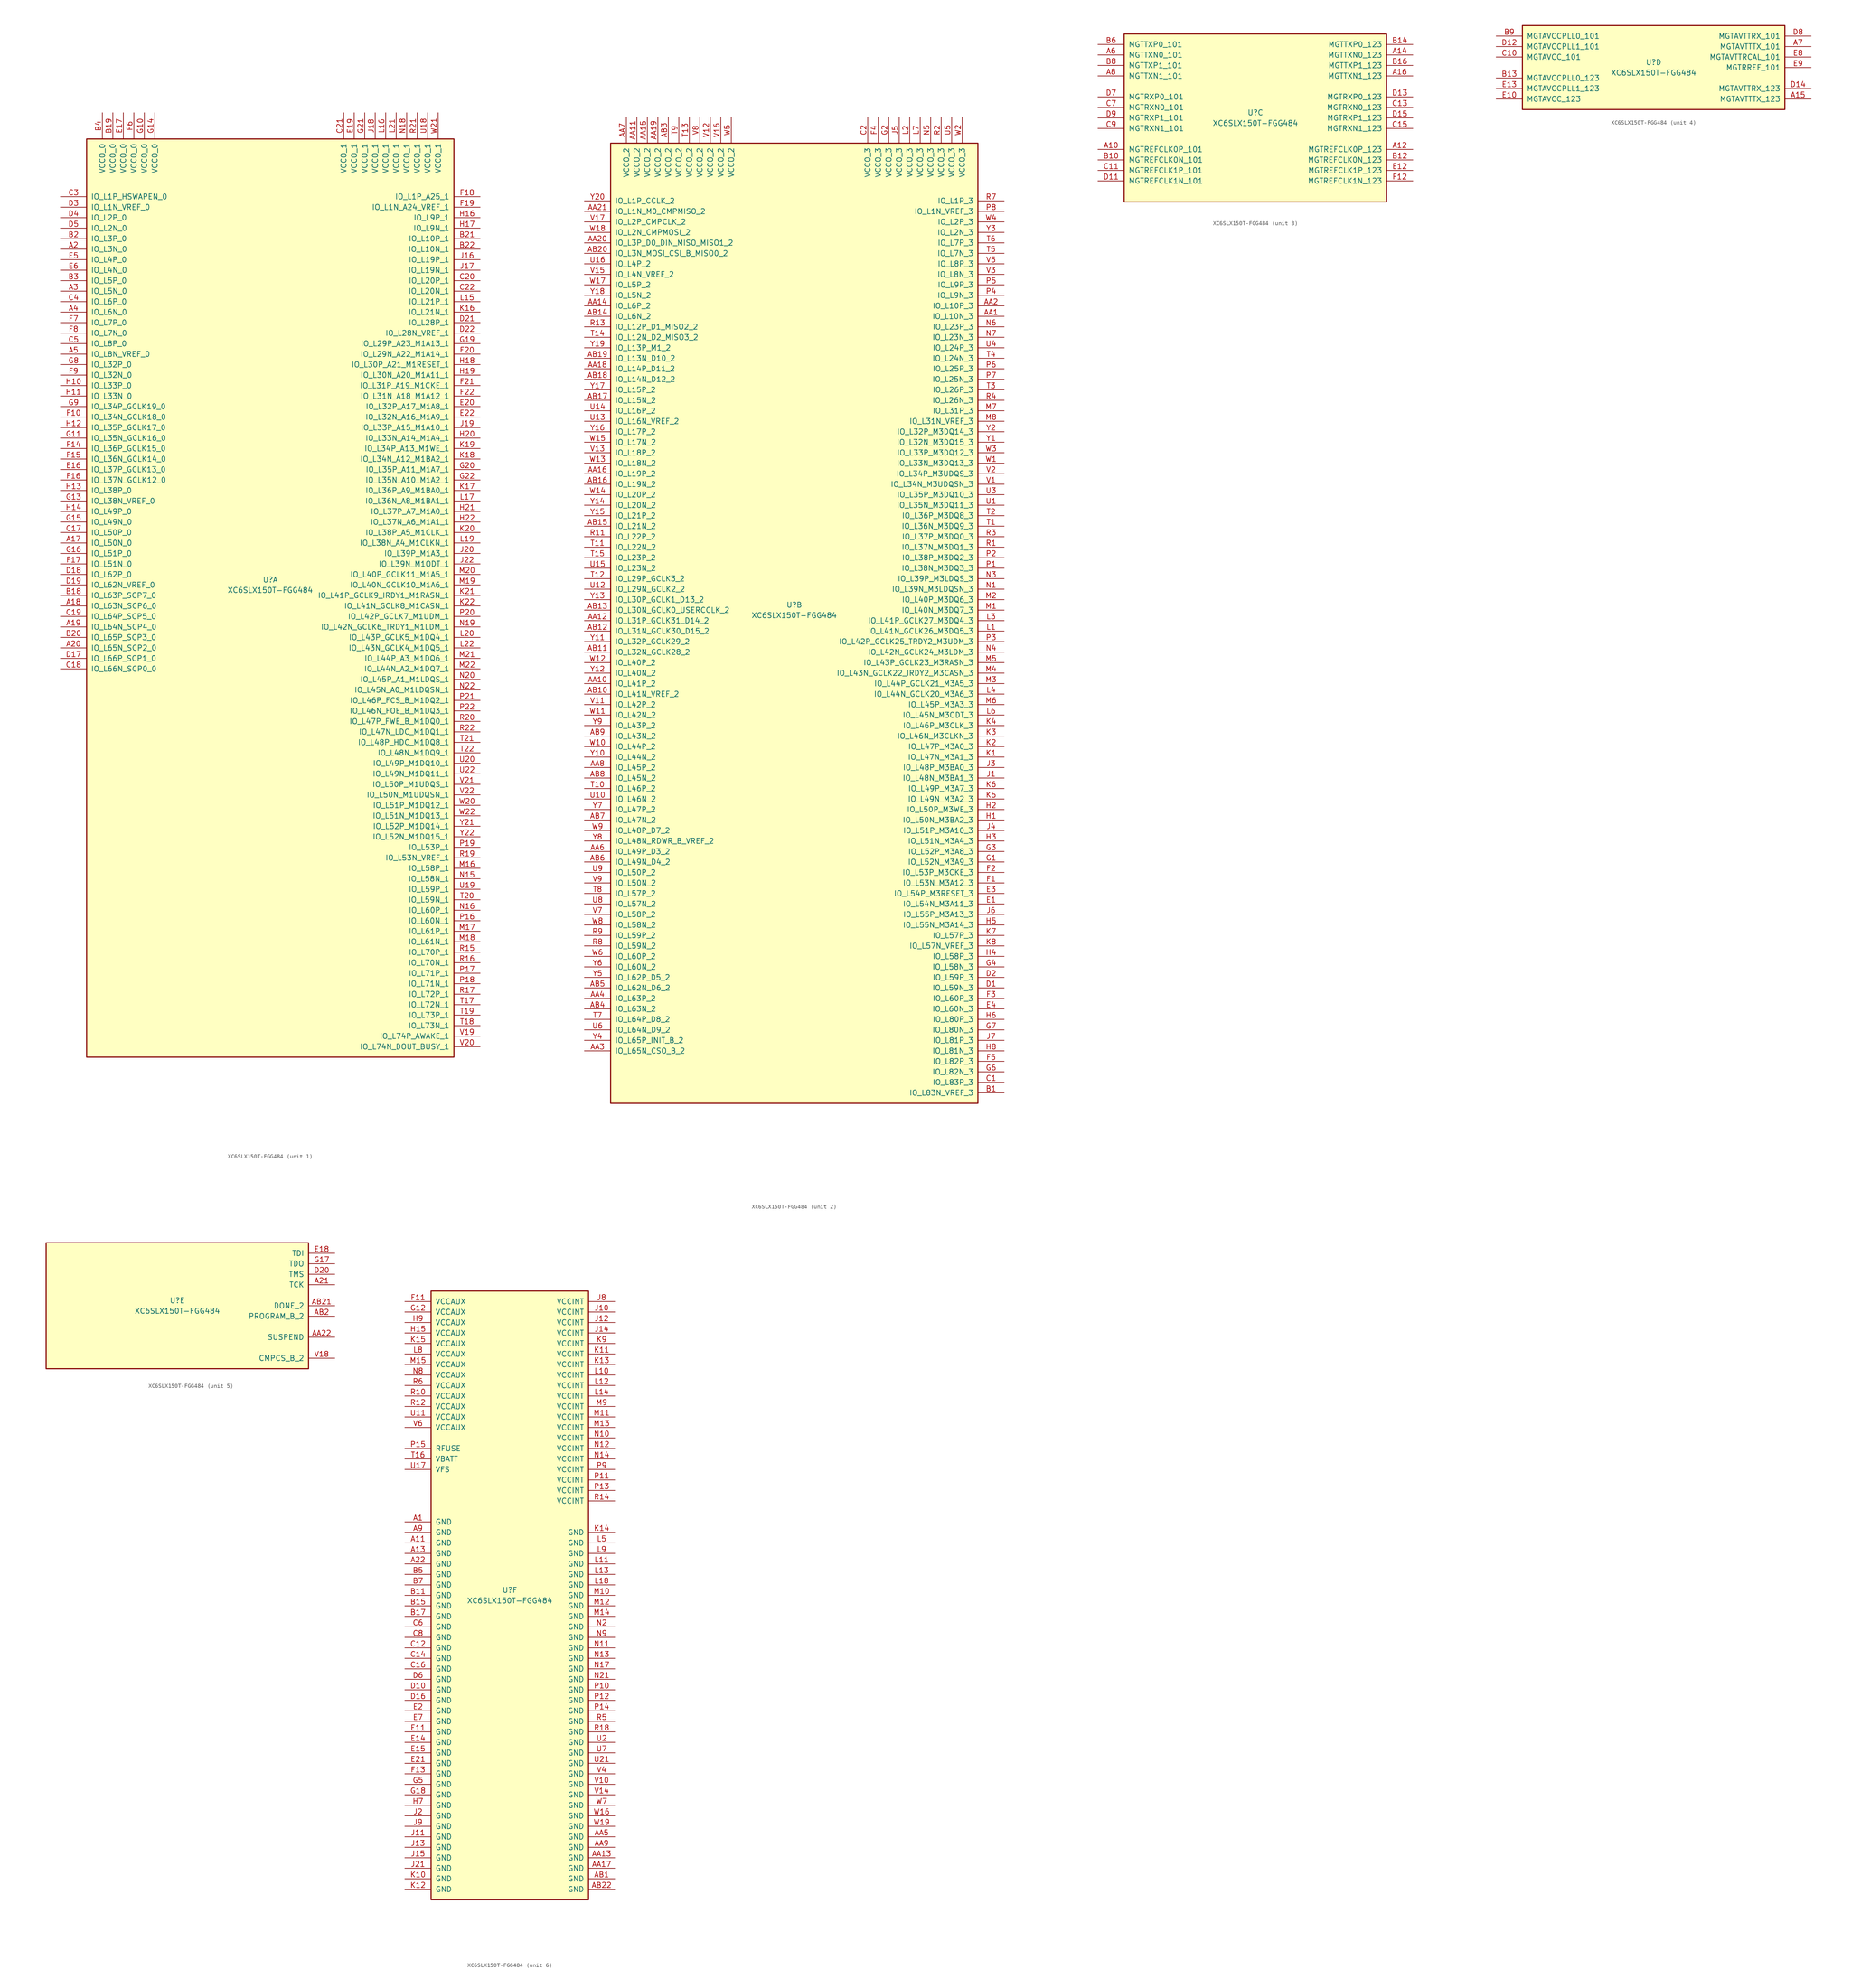
<source format=kicad_sym>
(kicad_symbol_lib
  (version 20201005)
  (generator kicad_symbol_editor)
  (symbol "FPGA_Xilinx_Spartan6:XC6SLX150T-FGG484"
    (pin_names
      (offset 1.016))
    (property "Reference" "U"
      (at 0 1.27 0)
      (effects (font (size 1.27 1.27))))
    (property "Value" "XC6SLX150T-FGG484"
      (at 0 -1.27 0)
      (effects (font (size 1.27 1.27))))
    (property "Datasheet" ""
      (at 0 0 0)
      (effects (font (size 1.27 1.27))))
    (property "ki_locked" ""
      (at 0 0 0)
      (effects (font (size 1.27 1.27))))
    (symbol "XC6SLX150T-FGG484_1_1"
      (rectangle (start -44.45 107.95) (end 44.45 -114.3) (stroke (width 0.254)) (fill (type background)))
      (pin power_in line (at -40.64 114.3 270) (length 6.35) (name "VCCO_0" (effects (font (size 1.27 1.27)))) (number "B4" (effects (font (size 1.27 1.27)))))
      (pin power_in line (at -38.1 114.3 270) (length 6.35) (name "VCCO_0" (effects (font (size 1.27 1.27)))) (number "B19" (effects (font (size 1.27 1.27)))))
      (pin power_in line (at -35.56 114.3 270) (length 6.35) (name "VCCO_0" (effects (font (size 1.27 1.27)))) (number "E17" (effects (font (size 1.27 1.27)))))
      (pin power_in line (at -33.02 114.3 270) (length 6.35) (name "VCCO_0" (effects (font (size 1.27 1.27)))) (number "F6" (effects (font (size 1.27 1.27)))))
      (pin power_in line (at -30.48 114.3 270) (length 6.35) (name "VCCO_0" (effects (font (size 1.27 1.27)))) (number "G10" (effects (font (size 1.27 1.27)))))
      (pin power_in line (at -27.94 114.3 270) (length 6.35) (name "VCCO_0" (effects (font (size 1.27 1.27)))) (number "G14" (effects (font (size 1.27 1.27)))))
      (pin bidirectional line (at -50.8 93.98 0) (length 6.35) (name "IO_L1P_HSWAPEN_0" (effects (font (size 1.27 1.27)))) (number "C3" (effects (font (size 1.27 1.27)))))
      (pin bidirectional line (at -50.8 91.44 0) (length 6.35) (name "IO_L1N_VREF_0" (effects (font (size 1.27 1.27)))) (number "D3" (effects (font (size 1.27 1.27)))))
      (pin bidirectional line (at -50.8 88.9 0) (length 6.35) (name "IO_L2P_0" (effects (font (size 1.27 1.27)))) (number "D4" (effects (font (size 1.27 1.27)))))
      (pin bidirectional line (at -50.8 86.36 0) (length 6.35) (name "IO_L2N_0" (effects (font (size 1.27 1.27)))) (number "D5" (effects (font (size 1.27 1.27)))))
      (pin bidirectional line (at -50.8 83.82 0) (length 6.35) (name "IO_L3P_0" (effects (font (size 1.27 1.27)))) (number "B2" (effects (font (size 1.27 1.27)))))
      (pin bidirectional line (at -50.8 81.28 0) (length 6.35) (name "IO_L3N_0" (effects (font (size 1.27 1.27)))) (number "A2" (effects (font (size 1.27 1.27)))))
      (pin bidirectional line (at -50.8 78.74 0) (length 6.35) (name "IO_L4P_0" (effects (font (size 1.27 1.27)))) (number "E5" (effects (font (size 1.27 1.27)))))
      (pin bidirectional line (at -50.8 76.2 0) (length 6.35) (name "IO_L4N_0" (effects (font (size 1.27 1.27)))) (number "E6" (effects (font (size 1.27 1.27)))))
      (pin bidirectional line (at -50.8 73.66 0) (length 6.35) (name "IO_L5P_0" (effects (font (size 1.27 1.27)))) (number "B3" (effects (font (size 1.27 1.27)))))
      (pin bidirectional line (at -50.8 71.12 0) (length 6.35) (name "IO_L5N_0" (effects (font (size 1.27 1.27)))) (number "A3" (effects (font (size 1.27 1.27)))))
      (pin bidirectional line (at -50.8 68.58 0) (length 6.35) (name "IO_L6P_0" (effects (font (size 1.27 1.27)))) (number "C4" (effects (font (size 1.27 1.27)))))
      (pin bidirectional line (at -50.8 66.04 0) (length 6.35) (name "IO_L6N_0" (effects (font (size 1.27 1.27)))) (number "A4" (effects (font (size 1.27 1.27)))))
      (pin bidirectional line (at -50.8 63.5 0) (length 6.35) (name "IO_L7P_0" (effects (font (size 1.27 1.27)))) (number "F7" (effects (font (size 1.27 1.27)))))
      (pin bidirectional line (at -50.8 60.96 0) (length 6.35) (name "IO_L7N_0" (effects (font (size 1.27 1.27)))) (number "F8" (effects (font (size 1.27 1.27)))))
      (pin bidirectional line (at -50.8 58.42 0) (length 6.35) (name "IO_L8P_0" (effects (font (size 1.27 1.27)))) (number "C5" (effects (font (size 1.27 1.27)))))
      (pin bidirectional line (at -50.8 55.88 0) (length 6.35) (name "IO_L8N_VREF_0" (effects (font (size 1.27 1.27)))) (number "A5" (effects (font (size 1.27 1.27)))))
      (pin bidirectional line (at -50.8 53.34 0) (length 6.35) (name "IO_L32P_0" (effects (font (size 1.27 1.27)))) (number "G8" (effects (font (size 1.27 1.27)))))
      (pin bidirectional line (at -50.8 50.8 0) (length 6.35) (name "IO_L32N_0" (effects (font (size 1.27 1.27)))) (number "F9" (effects (font (size 1.27 1.27)))))
      (pin bidirectional line (at -50.8 48.26 0) (length 6.35) (name "IO_L33P_0" (effects (font (size 1.27 1.27)))) (number "H10" (effects (font (size 1.27 1.27)))))
      (pin bidirectional line (at -50.8 45.72 0) (length 6.35) (name "IO_L33N_0" (effects (font (size 1.27 1.27)))) (number "H11" (effects (font (size 1.27 1.27)))))
      (pin bidirectional line (at -50.8 43.18 0) (length 6.35) (name "IO_L34P_GCLK19_0" (effects (font (size 1.27 1.27)))) (number "G9" (effects (font (size 1.27 1.27)))))
      (pin bidirectional line (at -50.8 40.64 0) (length 6.35) (name "IO_L34N_GCLK18_0" (effects (font (size 1.27 1.27)))) (number "F10" (effects (font (size 1.27 1.27)))))
      (pin bidirectional line (at -50.8 38.1 0) (length 6.35) (name "IO_L35P_GCLK17_0" (effects (font (size 1.27 1.27)))) (number "H12" (effects (font (size 1.27 1.27)))))
      (pin bidirectional line (at -50.8 35.56 0) (length 6.35) (name "IO_L35N_GCLK16_0" (effects (font (size 1.27 1.27)))) (number "G11" (effects (font (size 1.27 1.27)))))
      (pin bidirectional line (at -50.8 33.02 0) (length 6.35) (name "IO_L36P_GCLK15_0" (effects (font (size 1.27 1.27)))) (number "F14" (effects (font (size 1.27 1.27)))))
      (pin bidirectional line (at -50.8 30.48 0) (length 6.35) (name "IO_L36N_GCLK14_0" (effects (font (size 1.27 1.27)))) (number "F15" (effects (font (size 1.27 1.27)))))
      (pin bidirectional line (at -50.8 27.94 0) (length 6.35) (name "IO_L37P_GCLK13_0" (effects (font (size 1.27 1.27)))) (number "E16" (effects (font (size 1.27 1.27)))))
      (pin bidirectional line (at -50.8 25.4 0) (length 6.35) (name "IO_L37N_GCLK12_0" (effects (font (size 1.27 1.27)))) (number "F16" (effects (font (size 1.27 1.27)))))
      (pin bidirectional line (at -50.8 22.86 0) (length 6.35) (name "IO_L38P_0" (effects (font (size 1.27 1.27)))) (number "H13" (effects (font (size 1.27 1.27)))))
      (pin bidirectional line (at -50.8 20.32 0) (length 6.35) (name "IO_L38N_VREF_0" (effects (font (size 1.27 1.27)))) (number "G13" (effects (font (size 1.27 1.27)))))
      (pin bidirectional line (at -50.8 17.78 0) (length 6.35) (name "IO_L49P_0" (effects (font (size 1.27 1.27)))) (number "H14" (effects (font (size 1.27 1.27)))))
      (pin bidirectional line (at -50.8 15.24 0) (length 6.35) (name "IO_L49N_0" (effects (font (size 1.27 1.27)))) (number "G15" (effects (font (size 1.27 1.27)))))
      (pin bidirectional line (at -50.8 12.7 0) (length 6.35) (name "IO_L50P_0" (effects (font (size 1.27 1.27)))) (number "C17" (effects (font (size 1.27 1.27)))))
      (pin bidirectional line (at -50.8 10.16 0) (length 6.35) (name "IO_L50N_0" (effects (font (size 1.27 1.27)))) (number "A17" (effects (font (size 1.27 1.27)))))
      (pin bidirectional line (at -50.8 7.62 0) (length 6.35) (name "IO_L51P_0" (effects (font (size 1.27 1.27)))) (number "G16" (effects (font (size 1.27 1.27)))))
      (pin bidirectional line (at -50.8 5.08 0) (length 6.35) (name "IO_L51N_0" (effects (font (size 1.27 1.27)))) (number "F17" (effects (font (size 1.27 1.27)))))
      (pin bidirectional line (at -50.8 2.54 0) (length 6.35) (name "IO_L62P_0" (effects (font (size 1.27 1.27)))) (number "D18" (effects (font (size 1.27 1.27)))))
      (pin bidirectional line (at -50.8 0 0) (length 6.35) (name "IO_L62N_VREF_0" (effects (font (size 1.27 1.27)))) (number "D19" (effects (font (size 1.27 1.27)))))
      (pin bidirectional line (at -50.8 -2.54 0) (length 6.35) (name "IO_L63P_SCP7_0" (effects (font (size 1.27 1.27)))) (number "B18" (effects (font (size 1.27 1.27)))))
      (pin bidirectional line (at -50.8 -5.08 0) (length 6.35) (name "IO_L63N_SCP6_0" (effects (font (size 1.27 1.27)))) (number "A18" (effects (font (size 1.27 1.27)))))
      (pin bidirectional line (at -50.8 -7.62 0) (length 6.35) (name "IO_L64P_SCP5_0" (effects (font (size 1.27 1.27)))) (number "C19" (effects (font (size 1.27 1.27)))))
      (pin bidirectional line (at -50.8 -10.16 0) (length 6.35) (name "IO_L64N_SCP4_0" (effects (font (size 1.27 1.27)))) (number "A19" (effects (font (size 1.27 1.27)))))
      (pin bidirectional line (at -50.8 -12.7 0) (length 6.35) (name "IO_L65P_SCP3_0" (effects (font (size 1.27 1.27)))) (number "B20" (effects (font (size 1.27 1.27)))))
      (pin bidirectional line (at -50.8 -15.24 0) (length 6.35) (name "IO_L65N_SCP2_0" (effects (font (size 1.27 1.27)))) (number "A20" (effects (font (size 1.27 1.27)))))
      (pin bidirectional line (at -50.8 -17.78 0) (length 6.35) (name "IO_L66P_SCP1_0" (effects (font (size 1.27 1.27)))) (number "D17" (effects (font (size 1.27 1.27)))))
      (pin bidirectional line (at -50.8 -20.32 0) (length 6.35) (name "IO_L66N_SCP0_0" (effects (font (size 1.27 1.27)))) (number "C18" (effects (font (size 1.27 1.27)))))
      (pin power_in line (at 17.78 114.3 270) (length 6.35) (name "VCCO_1" (effects (font (size 1.27 1.27)))) (number "C21" (effects (font (size 1.27 1.27)))))
      (pin power_in line (at 20.32 114.3 270) (length 6.35) (name "VCCO_1" (effects (font (size 1.27 1.27)))) (number "E19" (effects (font (size 1.27 1.27)))))
      (pin power_in line (at 22.86 114.3 270) (length 6.35) (name "VCCO_1" (effects (font (size 1.27 1.27)))) (number "G21" (effects (font (size 1.27 1.27)))))
      (pin power_in line (at 25.4 114.3 270) (length 6.35) (name "VCCO_1" (effects (font (size 1.27 1.27)))) (number "J18" (effects (font (size 1.27 1.27)))))
      (pin power_in line (at 27.94 114.3 270) (length 6.35) (name "VCCO_1" (effects (font (size 1.27 1.27)))) (number "L16" (effects (font (size 1.27 1.27)))))
      (pin power_in line (at 30.48 114.3 270) (length 6.35) (name "VCCO_1" (effects (font (size 1.27 1.27)))) (number "L21" (effects (font (size 1.27 1.27)))))
      (pin power_in line (at 33.02 114.3 270) (length 6.35) (name "VCCO_1" (effects (font (size 1.27 1.27)))) (number "N18" (effects (font (size 1.27 1.27)))))
      (pin power_in line (at 35.56 114.3 270) (length 6.35) (name "VCCO_1" (effects (font (size 1.27 1.27)))) (number "R21" (effects (font (size 1.27 1.27)))))
      (pin power_in line (at 38.1 114.3 270) (length 6.35) (name "VCCO_1" (effects (font (size 1.27 1.27)))) (number "U18" (effects (font (size 1.27 1.27)))))
      (pin power_in line (at 40.64 114.3 270) (length 6.35) (name "VCCO_1" (effects (font (size 1.27 1.27)))) (number "W21" (effects (font (size 1.27 1.27)))))
      (pin bidirectional line (at 50.8 93.98 180) (length 6.35) (name "IO_L1P_A25_1" (effects (font (size 1.27 1.27)))) (number "F18" (effects (font (size 1.27 1.27)))))
      (pin bidirectional line (at 50.8 91.44 180) (length 6.35) (name "IO_L1N_A24_VREF_1" (effects (font (size 1.27 1.27)))) (number "F19" (effects (font (size 1.27 1.27)))))
      (pin bidirectional line (at 50.8 88.9 180) (length 6.35) (name "IO_L9P_1" (effects (font (size 1.27 1.27)))) (number "H16" (effects (font (size 1.27 1.27)))))
      (pin bidirectional line (at 50.8 86.36 180) (length 6.35) (name "IO_L9N_1" (effects (font (size 1.27 1.27)))) (number "H17" (effects (font (size 1.27 1.27)))))
      (pin bidirectional line (at 50.8 83.82 180) (length 6.35) (name "IO_L10P_1" (effects (font (size 1.27 1.27)))) (number "B21" (effects (font (size 1.27 1.27)))))
      (pin bidirectional line (at 50.8 81.28 180) (length 6.35) (name "IO_L10N_1" (effects (font (size 1.27 1.27)))) (number "B22" (effects (font (size 1.27 1.27)))))
      (pin bidirectional line (at 50.8 78.74 180) (length 6.35) (name "IO_L19P_1" (effects (font (size 1.27 1.27)))) (number "J16" (effects (font (size 1.27 1.27)))))
      (pin bidirectional line (at 50.8 76.2 180) (length 6.35) (name "IO_L19N_1" (effects (font (size 1.27 1.27)))) (number "J17" (effects (font (size 1.27 1.27)))))
      (pin bidirectional line (at 50.8 73.66 180) (length 6.35) (name "IO_L20P_1" (effects (font (size 1.27 1.27)))) (number "C20" (effects (font (size 1.27 1.27)))))
      (pin bidirectional line (at 50.8 71.12 180) (length 6.35) (name "IO_L20N_1" (effects (font (size 1.27 1.27)))) (number "C22" (effects (font (size 1.27 1.27)))))
      (pin bidirectional line (at 50.8 68.58 180) (length 6.35) (name "IO_L21P_1" (effects (font (size 1.27 1.27)))) (number "L15" (effects (font (size 1.27 1.27)))))
      (pin bidirectional line (at 50.8 66.04 180) (length 6.35) (name "IO_L21N_1" (effects (font (size 1.27 1.27)))) (number "K16" (effects (font (size 1.27 1.27)))))
      (pin bidirectional line (at 50.8 63.5 180) (length 6.35) (name "IO_L28P_1" (effects (font (size 1.27 1.27)))) (number "D21" (effects (font (size 1.27 1.27)))))
      (pin bidirectional line (at 50.8 60.96 180) (length 6.35) (name "IO_L28N_VREF_1" (effects (font (size 1.27 1.27)))) (number "D22" (effects (font (size 1.27 1.27)))))
      (pin bidirectional line (at 50.8 58.42 180) (length 6.35) (name "IO_L29P_A23_M1A13_1" (effects (font (size 1.27 1.27)))) (number "G19" (effects (font (size 1.27 1.27)))))
      (pin bidirectional line (at 50.8 55.88 180) (length 6.35) (name "IO_L29N_A22_M1A14_1" (effects (font (size 1.27 1.27)))) (number "F20" (effects (font (size 1.27 1.27)))))
      (pin bidirectional line (at 50.8 53.34 180) (length 6.35) (name "IO_L30P_A21_M1RESET_1" (effects (font (size 1.27 1.27)))) (number "H18" (effects (font (size 1.27 1.27)))))
      (pin bidirectional line (at 50.8 50.8 180) (length 6.35) (name "IO_L30N_A20_M1A11_1" (effects (font (size 1.27 1.27)))) (number "H19" (effects (font (size 1.27 1.27)))))
      (pin bidirectional line (at 50.8 48.26 180) (length 6.35) (name "IO_L31P_A19_M1CKE_1" (effects (font (size 1.27 1.27)))) (number "F21" (effects (font (size 1.27 1.27)))))
      (pin bidirectional line (at 50.8 45.72 180) (length 6.35) (name "IO_L31N_A18_M1A12_1" (effects (font (size 1.27 1.27)))) (number "F22" (effects (font (size 1.27 1.27)))))
      (pin bidirectional line (at 50.8 43.18 180) (length 6.35) (name "IO_L32P_A17_M1A8_1" (effects (font (size 1.27 1.27)))) (number "E20" (effects (font (size 1.27 1.27)))))
      (pin bidirectional line (at 50.8 40.64 180) (length 6.35) (name "IO_L32N_A16_M1A9_1" (effects (font (size 1.27 1.27)))) (number "E22" (effects (font (size 1.27 1.27)))))
      (pin bidirectional line (at 50.8 38.1 180) (length 6.35) (name "IO_L33P_A15_M1A10_1" (effects (font (size 1.27 1.27)))) (number "J19" (effects (font (size 1.27 1.27)))))
      (pin bidirectional line (at 50.8 35.56 180) (length 6.35) (name "IO_L33N_A14_M1A4_1" (effects (font (size 1.27 1.27)))) (number "H20" (effects (font (size 1.27 1.27)))))
      (pin bidirectional line (at 50.8 33.02 180) (length 6.35) (name "IO_L34P_A13_M1WE_1" (effects (font (size 1.27 1.27)))) (number "K19" (effects (font (size 1.27 1.27)))))
      (pin bidirectional line (at 50.8 30.48 180) (length 6.35) (name "IO_L34N_A12_M1BA2_1" (effects (font (size 1.27 1.27)))) (number "K18" (effects (font (size 1.27 1.27)))))
      (pin bidirectional line (at 50.8 27.94 180) (length 6.35) (name "IO_L35P_A11_M1A7_1" (effects (font (size 1.27 1.27)))) (number "G20" (effects (font (size 1.27 1.27)))))
      (pin bidirectional line (at 50.8 25.4 180) (length 6.35) (name "IO_L35N_A10_M1A2_1" (effects (font (size 1.27 1.27)))) (number "G22" (effects (font (size 1.27 1.27)))))
      (pin bidirectional line (at 50.8 22.86 180) (length 6.35) (name "IO_L36P_A9_M1BA0_1" (effects (font (size 1.27 1.27)))) (number "K17" (effects (font (size 1.27 1.27)))))
      (pin bidirectional line (at 50.8 20.32 180) (length 6.35) (name "IO_L36N_A8_M1BA1_1" (effects (font (size 1.27 1.27)))) (number "L17" (effects (font (size 1.27 1.27)))))
      (pin bidirectional line (at 50.8 17.78 180) (length 6.35) (name "IO_L37P_A7_M1A0_1" (effects (font (size 1.27 1.27)))) (number "H21" (effects (font (size 1.27 1.27)))))
      (pin bidirectional line (at 50.8 15.24 180) (length 6.35) (name "IO_L37N_A6_M1A1_1" (effects (font (size 1.27 1.27)))) (number "H22" (effects (font (size 1.27 1.27)))))
      (pin bidirectional line (at 50.8 12.7 180) (length 6.35) (name "IO_L38P_A5_M1CLK_1" (effects (font (size 1.27 1.27)))) (number "K20" (effects (font (size 1.27 1.27)))))
      (pin bidirectional line (at 50.8 10.16 180) (length 6.35) (name "IO_L38N_A4_M1CLKN_1" (effects (font (size 1.27 1.27)))) (number "L19" (effects (font (size 1.27 1.27)))))
      (pin bidirectional line (at 50.8 7.62 180) (length 6.35) (name "IO_L39P_M1A3_1" (effects (font (size 1.27 1.27)))) (number "J20" (effects (font (size 1.27 1.27)))))
      (pin bidirectional line (at 50.8 5.08 180) (length 6.35) (name "IO_L39N_M1ODT_1" (effects (font (size 1.27 1.27)))) (number "J22" (effects (font (size 1.27 1.27)))))
      (pin bidirectional line (at 50.8 2.54 180) (length 6.35) (name "IO_L40P_GCLK11_M1A5_1" (effects (font (size 1.27 1.27)))) (number "M20" (effects (font (size 1.27 1.27)))))
      (pin bidirectional line (at 50.8 0 180) (length 6.35) (name "IO_L40N_GCLK10_M1A6_1" (effects (font (size 1.27 1.27)))) (number "M19" (effects (font (size 1.27 1.27)))))
      (pin bidirectional line (at 50.8 -2.54 180) (length 6.35) (name "IO_L41P_GCLK9_IRDY1_M1RASN_1" (effects (font (size 1.27 1.27)))) (number "K21" (effects (font (size 1.27 1.27)))))
      (pin bidirectional line (at 50.8 -5.08 180) (length 6.35) (name "IO_L41N_GCLK8_M1CASN_1" (effects (font (size 1.27 1.27)))) (number "K22" (effects (font (size 1.27 1.27)))))
      (pin bidirectional line (at 50.8 -7.62 180) (length 6.35) (name "IO_L42P_GCLK7_M1UDM_1" (effects (font (size 1.27 1.27)))) (number "P20" (effects (font (size 1.27 1.27)))))
      (pin bidirectional line (at 50.8 -10.16 180) (length 6.35) (name "IO_L42N_GCLK6_TRDY1_M1LDM_1" (effects (font (size 1.27 1.27)))) (number "N19" (effects (font (size 1.27 1.27)))))
      (pin bidirectional line (at 50.8 -12.7 180) (length 6.35) (name "IO_L43P_GCLK5_M1DQ4_1" (effects (font (size 1.27 1.27)))) (number "L20" (effects (font (size 1.27 1.27)))))
      (pin bidirectional line (at 50.8 -15.24 180) (length 6.35) (name "IO_L43N_GCLK4_M1DQ5_1" (effects (font (size 1.27 1.27)))) (number "L22" (effects (font (size 1.27 1.27)))))
      (pin bidirectional line (at 50.8 -17.78 180) (length 6.35) (name "IO_L44P_A3_M1DQ6_1" (effects (font (size 1.27 1.27)))) (number "M21" (effects (font (size 1.27 1.27)))))
      (pin bidirectional line (at 50.8 -20.32 180) (length 6.35) (name "IO_L44N_A2_M1DQ7_1" (effects (font (size 1.27 1.27)))) (number "M22" (effects (font (size 1.27 1.27)))))
      (pin bidirectional line (at 50.8 -22.86 180) (length 6.35) (name "IO_L45P_A1_M1LDQS_1" (effects (font (size 1.27 1.27)))) (number "N20" (effects (font (size 1.27 1.27)))))
      (pin bidirectional line (at 50.8 -25.4 180) (length 6.35) (name "IO_L45N_A0_M1LDQSN_1" (effects (font (size 1.27 1.27)))) (number "N22" (effects (font (size 1.27 1.27)))))
      (pin bidirectional line (at 50.8 -27.94 180) (length 6.35) (name "IO_L46P_FCS_B_M1DQ2_1" (effects (font (size 1.27 1.27)))) (number "P21" (effects (font (size 1.27 1.27)))))
      (pin bidirectional line (at 50.8 -30.48 180) (length 6.35) (name "IO_L46N_FOE_B_M1DQ3_1" (effects (font (size 1.27 1.27)))) (number "P22" (effects (font (size 1.27 1.27)))))
      (pin bidirectional line (at 50.8 -33.02 180) (length 6.35) (name "IO_L47P_FWE_B_M1DQ0_1" (effects (font (size 1.27 1.27)))) (number "R20" (effects (font (size 1.27 1.27)))))
      (pin bidirectional line (at 50.8 -35.56 180) (length 6.35) (name "IO_L47N_LDC_M1DQ1_1" (effects (font (size 1.27 1.27)))) (number "R22" (effects (font (size 1.27 1.27)))))
      (pin bidirectional line (at 50.8 -38.1 180) (length 6.35) (name "IO_L48P_HDC_M1DQ8_1" (effects (font (size 1.27 1.27)))) (number "T21" (effects (font (size 1.27 1.27)))))
      (pin bidirectional line (at 50.8 -40.64 180) (length 6.35) (name "IO_L48N_M1DQ9_1" (effects (font (size 1.27 1.27)))) (number "T22" (effects (font (size 1.27 1.27)))))
      (pin bidirectional line (at 50.8 -43.18 180) (length 6.35) (name "IO_L49P_M1DQ10_1" (effects (font (size 1.27 1.27)))) (number "U20" (effects (font (size 1.27 1.27)))))
      (pin bidirectional line (at 50.8 -45.72 180) (length 6.35) (name "IO_L49N_M1DQ11_1" (effects (font (size 1.27 1.27)))) (number "U22" (effects (font (size 1.27 1.27)))))
      (pin bidirectional line (at 50.8 -48.26 180) (length 6.35) (name "IO_L50P_M1UDQS_1" (effects (font (size 1.27 1.27)))) (number "V21" (effects (font (size 1.27 1.27)))))
      (pin bidirectional line (at 50.8 -50.8 180) (length 6.35) (name "IO_L50N_M1UDQSN_1" (effects (font (size 1.27 1.27)))) (number "V22" (effects (font (size 1.27 1.27)))))
      (pin bidirectional line (at 50.8 -53.34 180) (length 6.35) (name "IO_L51P_M1DQ12_1" (effects (font (size 1.27 1.27)))) (number "W20" (effects (font (size 1.27 1.27)))))
      (pin bidirectional line (at 50.8 -55.88 180) (length 6.35) (name "IO_L51N_M1DQ13_1" (effects (font (size 1.27 1.27)))) (number "W22" (effects (font (size 1.27 1.27)))))
      (pin bidirectional line (at 50.8 -58.42 180) (length 6.35) (name "IO_L52P_M1DQ14_1" (effects (font (size 1.27 1.27)))) (number "Y21" (effects (font (size 1.27 1.27)))))
      (pin bidirectional line (at 50.8 -60.96 180) (length 6.35) (name "IO_L52N_M1DQ15_1" (effects (font (size 1.27 1.27)))) (number "Y22" (effects (font (size 1.27 1.27)))))
      (pin bidirectional line (at 50.8 -63.5 180) (length 6.35) (name "IO_L53P_1" (effects (font (size 1.27 1.27)))) (number "P19" (effects (font (size 1.27 1.27)))))
      (pin bidirectional line (at 50.8 -66.04 180) (length 6.35) (name "IO_L53N_VREF_1" (effects (font (size 1.27 1.27)))) (number "R19" (effects (font (size 1.27 1.27)))))
      (pin bidirectional line (at 50.8 -68.58 180) (length 6.35) (name "IO_L58P_1" (effects (font (size 1.27 1.27)))) (number "M16" (effects (font (size 1.27 1.27)))))
      (pin bidirectional line (at 50.8 -71.12 180) (length 6.35) (name "IO_L58N_1" (effects (font (size 1.27 1.27)))) (number "N15" (effects (font (size 1.27 1.27)))))
      (pin bidirectional line (at 50.8 -73.66 180) (length 6.35) (name "IO_L59P_1" (effects (font (size 1.27 1.27)))) (number "U19" (effects (font (size 1.27 1.27)))))
      (pin bidirectional line (at 50.8 -76.2 180) (length 6.35) (name "IO_L59N_1" (effects (font (size 1.27 1.27)))) (number "T20" (effects (font (size 1.27 1.27)))))
      (pin bidirectional line (at 50.8 -78.74 180) (length 6.35) (name "IO_L60P_1" (effects (font (size 1.27 1.27)))) (number "N16" (effects (font (size 1.27 1.27)))))
      (pin bidirectional line (at 50.8 -81.28 180) (length 6.35) (name "IO_L60N_1" (effects (font (size 1.27 1.27)))) (number "P16" (effects (font (size 1.27 1.27)))))
      (pin bidirectional line (at 50.8 -83.82 180) (length 6.35) (name "IO_L61P_1" (effects (font (size 1.27 1.27)))) (number "M17" (effects (font (size 1.27 1.27)))))
      (pin bidirectional line (at 50.8 -86.36 180) (length 6.35) (name "IO_L61N_1" (effects (font (size 1.27 1.27)))) (number "M18" (effects (font (size 1.27 1.27)))))
      (pin bidirectional line (at 50.8 -88.9 180) (length 6.35) (name "IO_L70P_1" (effects (font (size 1.27 1.27)))) (number "R15" (effects (font (size 1.27 1.27)))))
      (pin bidirectional line (at 50.8 -91.44 180) (length 6.35) (name "IO_L70N_1" (effects (font (size 1.27 1.27)))) (number "R16" (effects (font (size 1.27 1.27)))))
      (pin bidirectional line (at 50.8 -93.98 180) (length 6.35) (name "IO_L71P_1" (effects (font (size 1.27 1.27)))) (number "P17" (effects (font (size 1.27 1.27)))))
      (pin bidirectional line (at 50.8 -96.52 180) (length 6.35) (name "IO_L71N_1" (effects (font (size 1.27 1.27)))) (number "P18" (effects (font (size 1.27 1.27)))))
      (pin bidirectional line (at 50.8 -99.06 180) (length 6.35) (name "IO_L72P_1" (effects (font (size 1.27 1.27)))) (number "R17" (effects (font (size 1.27 1.27)))))
      (pin bidirectional line (at 50.8 -101.6 180) (length 6.35) (name "IO_L72N_1" (effects (font (size 1.27 1.27)))) (number "T17" (effects (font (size 1.27 1.27)))))
      (pin bidirectional line (at 50.8 -104.14 180) (length 6.35) (name "IO_L73P_1" (effects (font (size 1.27 1.27)))) (number "T19" (effects (font (size 1.27 1.27)))))
      (pin bidirectional line (at 50.8 -106.68 180) (length 6.35) (name "IO_L73N_1" (effects (font (size 1.27 1.27)))) (number "T18" (effects (font (size 1.27 1.27)))))
      (pin bidirectional line (at 50.8 -109.22 180) (length 6.35) (name "IO_L74P_AWAKE_1" (effects (font (size 1.27 1.27)))) (number "V19" (effects (font (size 1.27 1.27)))))
      (pin bidirectional line (at 50.8 -111.76 180) (length 6.35) (name "IO_L74N_DOUT_BUSY_1" (effects (font (size 1.27 1.27)))) (number "V20" (effects (font (size 1.27 1.27))))))
    (symbol "XC6SLX150T-FGG484_2_1"
      (rectangle (start -44.45 113.03) (end 44.45 -119.38) (stroke (width 0.254)) (fill (type background)))
      (pin power_in line (at -40.64 119.38 270) (length 6.35) (name "VCCO_2" (effects (font (size 1.27 1.27)))) (number "AA7" (effects (font (size 1.27 1.27)))))
      (pin power_in line (at -38.1 119.38 270) (length 6.35) (name "VCCO_2" (effects (font (size 1.27 1.27)))) (number "AA11" (effects (font (size 1.27 1.27)))))
      (pin power_in line (at -35.56 119.38 270) (length 6.35) (name "VCCO_2" (effects (font (size 1.27 1.27)))) (number "AA15" (effects (font (size 1.27 1.27)))))
      (pin power_in line (at -33.02 119.38 270) (length 6.35) (name "VCCO_2" (effects (font (size 1.27 1.27)))) (number "AA19" (effects (font (size 1.27 1.27)))))
      (pin power_in line (at -30.48 119.38 270) (length 6.35) (name "VCCO_2" (effects (font (size 1.27 1.27)))) (number "AB3" (effects (font (size 1.27 1.27)))))
      (pin power_in line (at -27.94 119.38 270) (length 6.35) (name "VCCO_2" (effects (font (size 1.27 1.27)))) (number "T9" (effects (font (size 1.27 1.27)))))
      (pin power_in line (at -25.4 119.38 270) (length 6.35) (name "VCCO_2" (effects (font (size 1.27 1.27)))) (number "T13" (effects (font (size 1.27 1.27)))))
      (pin power_in line (at -22.86 119.38 270) (length 6.35) (name "VCCO_2" (effects (font (size 1.27 1.27)))) (number "V8" (effects (font (size 1.27 1.27)))))
      (pin power_in line (at -20.32 119.38 270) (length 6.35) (name "VCCO_2" (effects (font (size 1.27 1.27)))) (number "V12" (effects (font (size 1.27 1.27)))))
      (pin power_in line (at -17.78 119.38 270) (length 6.35) (name "VCCO_2" (effects (font (size 1.27 1.27)))) (number "V16" (effects (font (size 1.27 1.27)))))
      (pin power_in line (at -15.24 119.38 270) (length 6.35) (name "VCCO_2" (effects (font (size 1.27 1.27)))) (number "W5" (effects (font (size 1.27 1.27)))))
      (pin bidirectional line (at -50.8 99.06 0) (length 6.35) (name "IO_L1P_CCLK_2" (effects (font (size 1.27 1.27)))) (number "Y20" (effects (font (size 1.27 1.27)))))
      (pin bidirectional line (at -50.8 96.52 0) (length 6.35) (name "IO_L1N_M0_CMPMISO_2" (effects (font (size 1.27 1.27)))) (number "AA21" (effects (font (size 1.27 1.27)))))
      (pin bidirectional line (at -50.8 93.98 0) (length 6.35) (name "IO_L2P_CMPCLK_2" (effects (font (size 1.27 1.27)))) (number "V17" (effects (font (size 1.27 1.27)))))
      (pin bidirectional line (at -50.8 91.44 0) (length 6.35) (name "IO_L2N_CMPMOSI_2" (effects (font (size 1.27 1.27)))) (number "W18" (effects (font (size 1.27 1.27)))))
      (pin bidirectional line (at -50.8 88.9 0) (length 6.35) (name "IO_L3P_D0_DIN_MISO_MISO1_2" (effects (font (size 1.27 1.27)))) (number "AA20" (effects (font (size 1.27 1.27)))))
      (pin bidirectional line (at -50.8 86.36 0) (length 6.35) (name "IO_L3N_MOSI_CSI_B_MISO0_2" (effects (font (size 1.27 1.27)))) (number "AB20" (effects (font (size 1.27 1.27)))))
      (pin bidirectional line (at -50.8 83.82 0) (length 6.35) (name "IO_L4P_2" (effects (font (size 1.27 1.27)))) (number "U16" (effects (font (size 1.27 1.27)))))
      (pin bidirectional line (at -50.8 81.28 0) (length 6.35) (name "IO_L4N_VREF_2" (effects (font (size 1.27 1.27)))) (number "V15" (effects (font (size 1.27 1.27)))))
      (pin bidirectional line (at -50.8 78.74 0) (length 6.35) (name "IO_L5P_2" (effects (font (size 1.27 1.27)))) (number "W17" (effects (font (size 1.27 1.27)))))
      (pin bidirectional line (at -50.8 76.2 0) (length 6.35) (name "IO_L5N_2" (effects (font (size 1.27 1.27)))) (number "Y18" (effects (font (size 1.27 1.27)))))
      (pin bidirectional line (at -50.8 73.66 0) (length 6.35) (name "IO_L6P_2" (effects (font (size 1.27 1.27)))) (number "AA14" (effects (font (size 1.27 1.27)))))
      (pin bidirectional line (at -50.8 71.12 0) (length 6.35) (name "IO_L6N_2" (effects (font (size 1.27 1.27)))) (number "AB14" (effects (font (size 1.27 1.27)))))
      (pin bidirectional line (at -50.8 68.58 0) (length 6.35) (name "IO_L12P_D1_MISO2_2" (effects (font (size 1.27 1.27)))) (number "R13" (effects (font (size 1.27 1.27)))))
      (pin bidirectional line (at -50.8 66.04 0) (length 6.35) (name "IO_L12N_D2_MISO3_2" (effects (font (size 1.27 1.27)))) (number "T14" (effects (font (size 1.27 1.27)))))
      (pin bidirectional line (at -50.8 63.5 0) (length 6.35) (name "IO_L13P_M1_2" (effects (font (size 1.27 1.27)))) (number "Y19" (effects (font (size 1.27 1.27)))))
      (pin bidirectional line (at -50.8 60.96 0) (length 6.35) (name "IO_L13N_D10_2" (effects (font (size 1.27 1.27)))) (number "AB19" (effects (font (size 1.27 1.27)))))
      (pin bidirectional line (at -50.8 58.42 0) (length 6.35) (name "IO_L14P_D11_2" (effects (font (size 1.27 1.27)))) (number "AA18" (effects (font (size 1.27 1.27)))))
      (pin bidirectional line (at -50.8 55.88 0) (length 6.35) (name "IO_L14N_D12_2" (effects (font (size 1.27 1.27)))) (number "AB18" (effects (font (size 1.27 1.27)))))
      (pin bidirectional line (at -50.8 53.34 0) (length 6.35) (name "IO_L15P_2" (effects (font (size 1.27 1.27)))) (number "Y17" (effects (font (size 1.27 1.27)))))
      (pin bidirectional line (at -50.8 50.8 0) (length 6.35) (name "IO_L15N_2" (effects (font (size 1.27 1.27)))) (number "AB17" (effects (font (size 1.27 1.27)))))
      (pin bidirectional line (at -50.8 48.26 0) (length 6.35) (name "IO_L16P_2" (effects (font (size 1.27 1.27)))) (number "U14" (effects (font (size 1.27 1.27)))))
      (pin bidirectional line (at -50.8 45.72 0) (length 6.35) (name "IO_L16N_VREF_2" (effects (font (size 1.27 1.27)))) (number "U13" (effects (font (size 1.27 1.27)))))
      (pin bidirectional line (at -50.8 43.18 0) (length 6.35) (name "IO_L17P_2" (effects (font (size 1.27 1.27)))) (number "Y16" (effects (font (size 1.27 1.27)))))
      (pin bidirectional line (at -50.8 40.64 0) (length 6.35) (name "IO_L17N_2" (effects (font (size 1.27 1.27)))) (number "W15" (effects (font (size 1.27 1.27)))))
      (pin bidirectional line (at -50.8 38.1 0) (length 6.35) (name "IO_L18P_2" (effects (font (size 1.27 1.27)))) (number "V13" (effects (font (size 1.27 1.27)))))
      (pin bidirectional line (at -50.8 35.56 0) (length 6.35) (name "IO_L18N_2" (effects (font (size 1.27 1.27)))) (number "W13" (effects (font (size 1.27 1.27)))))
      (pin bidirectional line (at -50.8 33.02 0) (length 6.35) (name "IO_L19P_2" (effects (font (size 1.27 1.27)))) (number "AA16" (effects (font (size 1.27 1.27)))))
      (pin bidirectional line (at -50.8 30.48 0) (length 6.35) (name "IO_L19N_2" (effects (font (size 1.27 1.27)))) (number "AB16" (effects (font (size 1.27 1.27)))))
      (pin bidirectional line (at -50.8 27.94 0) (length 6.35) (name "IO_L20P_2" (effects (font (size 1.27 1.27)))) (number "W14" (effects (font (size 1.27 1.27)))))
      (pin bidirectional line (at -50.8 25.4 0) (length 6.35) (name "IO_L20N_2" (effects (font (size 1.27 1.27)))) (number "Y14" (effects (font (size 1.27 1.27)))))
      (pin bidirectional line (at -50.8 22.86 0) (length 6.35) (name "IO_L21P_2" (effects (font (size 1.27 1.27)))) (number "Y15" (effects (font (size 1.27 1.27)))))
      (pin bidirectional line (at -50.8 20.32 0) (length 6.35) (name "IO_L21N_2" (effects (font (size 1.27 1.27)))) (number "AB15" (effects (font (size 1.27 1.27)))))
      (pin bidirectional line (at -50.8 17.78 0) (length 6.35) (name "IO_L22P_2" (effects (font (size 1.27 1.27)))) (number "R11" (effects (font (size 1.27 1.27)))))
      (pin bidirectional line (at -50.8 15.24 0) (length 6.35) (name "IO_L22N_2" (effects (font (size 1.27 1.27)))) (number "T11" (effects (font (size 1.27 1.27)))))
      (pin bidirectional line (at -50.8 12.7 0) (length 6.35) (name "IO_L23P_2" (effects (font (size 1.27 1.27)))) (number "T15" (effects (font (size 1.27 1.27)))))
      (pin bidirectional line (at -50.8 10.16 0) (length 6.35) (name "IO_L23N_2" (effects (font (size 1.27 1.27)))) (number "U15" (effects (font (size 1.27 1.27)))))
      (pin bidirectional line (at -50.8 7.62 0) (length 6.35) (name "IO_L29P_GCLK3_2" (effects (font (size 1.27 1.27)))) (number "T12" (effects (font (size 1.27 1.27)))))
      (pin bidirectional line (at -50.8 5.08 0) (length 6.35) (name "IO_L29N_GCLK2_2" (effects (font (size 1.27 1.27)))) (number "U12" (effects (font (size 1.27 1.27)))))
      (pin bidirectional line (at -50.8 2.54 0) (length 6.35) (name "IO_L30P_GCLK1_D13_2" (effects (font (size 1.27 1.27)))) (number "Y13" (effects (font (size 1.27 1.27)))))
      (pin bidirectional line (at -50.8 0 0) (length 6.35) (name "IO_L30N_GCLK0_USERCCLK_2" (effects (font (size 1.27 1.27)))) (number "AB13" (effects (font (size 1.27 1.27)))))
      (pin bidirectional line (at -50.8 -2.54 0) (length 6.35) (name "IO_L31P_GCLK31_D14_2" (effects (font (size 1.27 1.27)))) (number "AA12" (effects (font (size 1.27 1.27)))))
      (pin bidirectional line (at -50.8 -5.08 0) (length 6.35) (name "IO_L31N_GCLK30_D15_2" (effects (font (size 1.27 1.27)))) (number "AB12" (effects (font (size 1.27 1.27)))))
      (pin bidirectional line (at -50.8 -7.62 0) (length 6.35) (name "IO_L32P_GCLK29_2" (effects (font (size 1.27 1.27)))) (number "Y11" (effects (font (size 1.27 1.27)))))
      (pin bidirectional line (at -50.8 -10.16 0) (length 6.35) (name "IO_L32N_GCLK28_2" (effects (font (size 1.27 1.27)))) (number "AB11" (effects (font (size 1.27 1.27)))))
      (pin bidirectional line (at -50.8 -12.7 0) (length 6.35) (name "IO_L40P_2" (effects (font (size 1.27 1.27)))) (number "W12" (effects (font (size 1.27 1.27)))))
      (pin bidirectional line (at -50.8 -15.24 0) (length 6.35) (name "IO_L40N_2" (effects (font (size 1.27 1.27)))) (number "Y12" (effects (font (size 1.27 1.27)))))
      (pin bidirectional line (at -50.8 -17.78 0) (length 6.35) (name "IO_L41P_2" (effects (font (size 1.27 1.27)))) (number "AA10" (effects (font (size 1.27 1.27)))))
      (pin bidirectional line (at -50.8 -20.32 0) (length 6.35) (name "IO_L41N_VREF_2" (effects (font (size 1.27 1.27)))) (number "AB10" (effects (font (size 1.27 1.27)))))
      (pin bidirectional line (at -50.8 -22.86 0) (length 6.35) (name "IO_L42P_2" (effects (font (size 1.27 1.27)))) (number "V11" (effects (font (size 1.27 1.27)))))
      (pin bidirectional line (at -50.8 -25.4 0) (length 6.35) (name "IO_L42N_2" (effects (font (size 1.27 1.27)))) (number "W11" (effects (font (size 1.27 1.27)))))
      (pin bidirectional line (at -50.8 -27.94 0) (length 6.35) (name "IO_L43P_2" (effects (font (size 1.27 1.27)))) (number "Y9" (effects (font (size 1.27 1.27)))))
      (pin bidirectional line (at -50.8 -30.48 0) (length 6.35) (name "IO_L43N_2" (effects (font (size 1.27 1.27)))) (number "AB9" (effects (font (size 1.27 1.27)))))
      (pin bidirectional line (at -50.8 -33.02 0) (length 6.35) (name "IO_L44P_2" (effects (font (size 1.27 1.27)))) (number "W10" (effects (font (size 1.27 1.27)))))
      (pin bidirectional line (at -50.8 -35.56 0) (length 6.35) (name "IO_L44N_2" (effects (font (size 1.27 1.27)))) (number "Y10" (effects (font (size 1.27 1.27)))))
      (pin bidirectional line (at -50.8 -38.1 0) (length 6.35) (name "IO_L45P_2" (effects (font (size 1.27 1.27)))) (number "AA8" (effects (font (size 1.27 1.27)))))
      (pin bidirectional line (at -50.8 -40.64 0) (length 6.35) (name "IO_L45N_2" (effects (font (size 1.27 1.27)))) (number "AB8" (effects (font (size 1.27 1.27)))))
      (pin bidirectional line (at -50.8 -43.18 0) (length 6.35) (name "IO_L46P_2" (effects (font (size 1.27 1.27)))) (number "T10" (effects (font (size 1.27 1.27)))))
      (pin bidirectional line (at -50.8 -45.72 0) (length 6.35) (name "IO_L46N_2" (effects (font (size 1.27 1.27)))) (number "U10" (effects (font (size 1.27 1.27)))))
      (pin bidirectional line (at -50.8 -48.26 0) (length 6.35) (name "IO_L47P_2" (effects (font (size 1.27 1.27)))) (number "Y7" (effects (font (size 1.27 1.27)))))
      (pin bidirectional line (at -50.8 -50.8 0) (length 6.35) (name "IO_L47N_2" (effects (font (size 1.27 1.27)))) (number "AB7" (effects (font (size 1.27 1.27)))))
      (pin bidirectional line (at -50.8 -53.34 0) (length 6.35) (name "IO_L48P_D7_2" (effects (font (size 1.27 1.27)))) (number "W9" (effects (font (size 1.27 1.27)))))
      (pin bidirectional line (at -50.8 -55.88 0) (length 6.35) (name "IO_L48N_RDWR_B_VREF_2" (effects (font (size 1.27 1.27)))) (number "Y8" (effects (font (size 1.27 1.27)))))
      (pin bidirectional line (at -50.8 -58.42 0) (length 6.35) (name "IO_L49P_D3_2" (effects (font (size 1.27 1.27)))) (number "AA6" (effects (font (size 1.27 1.27)))))
      (pin bidirectional line (at -50.8 -60.96 0) (length 6.35) (name "IO_L49N_D4_2" (effects (font (size 1.27 1.27)))) (number "AB6" (effects (font (size 1.27 1.27)))))
      (pin bidirectional line (at -50.8 -63.5 0) (length 6.35) (name "IO_L50P_2" (effects (font (size 1.27 1.27)))) (number "U9" (effects (font (size 1.27 1.27)))))
      (pin bidirectional line (at -50.8 -66.04 0) (length 6.35) (name "IO_L50N_2" (effects (font (size 1.27 1.27)))) (number "V9" (effects (font (size 1.27 1.27)))))
      (pin bidirectional line (at -50.8 -68.58 0) (length 6.35) (name "IO_L57P_2" (effects (font (size 1.27 1.27)))) (number "T8" (effects (font (size 1.27 1.27)))))
      (pin bidirectional line (at -50.8 -71.12 0) (length 6.35) (name "IO_L57N_2" (effects (font (size 1.27 1.27)))) (number "U8" (effects (font (size 1.27 1.27)))))
      (pin bidirectional line (at -50.8 -73.66 0) (length 6.35) (name "IO_L58P_2" (effects (font (size 1.27 1.27)))) (number "V7" (effects (font (size 1.27 1.27)))))
      (pin bidirectional line (at -50.8 -76.2 0) (length 6.35) (name "IO_L58N_2" (effects (font (size 1.27 1.27)))) (number "W8" (effects (font (size 1.27 1.27)))))
      (pin bidirectional line (at -50.8 -78.74 0) (length 6.35) (name "IO_L59P_2" (effects (font (size 1.27 1.27)))) (number "R9" (effects (font (size 1.27 1.27)))))
      (pin bidirectional line (at -50.8 -81.28 0) (length 6.35) (name "IO_L59N_2" (effects (font (size 1.27 1.27)))) (number "R8" (effects (font (size 1.27 1.27)))))
      (pin bidirectional line (at -50.8 -83.82 0) (length 6.35) (name "IO_L60P_2" (effects (font (size 1.27 1.27)))) (number "W6" (effects (font (size 1.27 1.27)))))
      (pin bidirectional line (at -50.8 -86.36 0) (length 6.35) (name "IO_L60N_2" (effects (font (size 1.27 1.27)))) (number "Y6" (effects (font (size 1.27 1.27)))))
      (pin bidirectional line (at -50.8 -88.9 0) (length 6.35) (name "IO_L62P_D5_2" (effects (font (size 1.27 1.27)))) (number "Y5" (effects (font (size 1.27 1.27)))))
      (pin bidirectional line (at -50.8 -91.44 0) (length 6.35) (name "IO_L62N_D6_2" (effects (font (size 1.27 1.27)))) (number "AB5" (effects (font (size 1.27 1.27)))))
      (pin bidirectional line (at -50.8 -93.98 0) (length 6.35) (name "IO_L63P_2" (effects (font (size 1.27 1.27)))) (number "AA4" (effects (font (size 1.27 1.27)))))
      (pin bidirectional line (at -50.8 -96.52 0) (length 6.35) (name "IO_L63N_2" (effects (font (size 1.27 1.27)))) (number "AB4" (effects (font (size 1.27 1.27)))))
      (pin bidirectional line (at -50.8 -99.06 0) (length 6.35) (name "IO_L64P_D8_2" (effects (font (size 1.27 1.27)))) (number "T7" (effects (font (size 1.27 1.27)))))
      (pin bidirectional line (at -50.8 -101.6 0) (length 6.35) (name "IO_L64N_D9_2" (effects (font (size 1.27 1.27)))) (number "U6" (effects (font (size 1.27 1.27)))))
      (pin bidirectional line (at -50.8 -104.14 0) (length 6.35) (name "IO_L65P_INIT_B_2" (effects (font (size 1.27 1.27)))) (number "Y4" (effects (font (size 1.27 1.27)))))
      (pin bidirectional line (at -50.8 -106.68 0) (length 6.35) (name "IO_L65N_CSO_B_2" (effects (font (size 1.27 1.27)))) (number "AA3" (effects (font (size 1.27 1.27)))))
      (pin power_in line (at 17.78 119.38 270) (length 6.35) (name "VCCO_3" (effects (font (size 1.27 1.27)))) (number "C2" (effects (font (size 1.27 1.27)))))
      (pin power_in line (at 20.32 119.38 270) (length 6.35) (name "VCCO_3" (effects (font (size 1.27 1.27)))) (number "F4" (effects (font (size 1.27 1.27)))))
      (pin power_in line (at 22.86 119.38 270) (length 6.35) (name "VCCO_3" (effects (font (size 1.27 1.27)))) (number "G2" (effects (font (size 1.27 1.27)))))
      (pin power_in line (at 25.4 119.38 270) (length 6.35) (name "VCCO_3" (effects (font (size 1.27 1.27)))) (number "J5" (effects (font (size 1.27 1.27)))))
      (pin power_in line (at 27.94 119.38 270) (length 6.35) (name "VCCO_3" (effects (font (size 1.27 1.27)))) (number "L2" (effects (font (size 1.27 1.27)))))
      (pin power_in line (at 30.48 119.38 270) (length 6.35) (name "VCCO_3" (effects (font (size 1.27 1.27)))) (number "L7" (effects (font (size 1.27 1.27)))))
      (pin power_in line (at 33.02 119.38 270) (length 6.35) (name "VCCO_3" (effects (font (size 1.27 1.27)))) (number "N5" (effects (font (size 1.27 1.27)))))
      (pin power_in line (at 35.56 119.38 270) (length 6.35) (name "VCCO_3" (effects (font (size 1.27 1.27)))) (number "R2" (effects (font (size 1.27 1.27)))))
      (pin power_in line (at 38.1 119.38 270) (length 6.35) (name "VCCO_3" (effects (font (size 1.27 1.27)))) (number "U5" (effects (font (size 1.27 1.27)))))
      (pin power_in line (at 40.64 119.38 270) (length 6.35) (name "VCCO_3" (effects (font (size 1.27 1.27)))) (number "W2" (effects (font (size 1.27 1.27)))))
      (pin bidirectional line (at 50.8 99.06 180) (length 6.35) (name "IO_L1P_3" (effects (font (size 1.27 1.27)))) (number "R7" (effects (font (size 1.27 1.27)))))
      (pin bidirectional line (at 50.8 96.52 180) (length 6.35) (name "IO_L1N_VREF_3" (effects (font (size 1.27 1.27)))) (number "P8" (effects (font (size 1.27 1.27)))))
      (pin bidirectional line (at 50.8 93.98 180) (length 6.35) (name "IO_L2P_3" (effects (font (size 1.27 1.27)))) (number "W4" (effects (font (size 1.27 1.27)))))
      (pin bidirectional line (at 50.8 91.44 180) (length 6.35) (name "IO_L2N_3" (effects (font (size 1.27 1.27)))) (number "Y3" (effects (font (size 1.27 1.27)))))
      (pin bidirectional line (at 50.8 88.9 180) (length 6.35) (name "IO_L7P_3" (effects (font (size 1.27 1.27)))) (number "T6" (effects (font (size 1.27 1.27)))))
      (pin bidirectional line (at 50.8 86.36 180) (length 6.35) (name "IO_L7N_3" (effects (font (size 1.27 1.27)))) (number "T5" (effects (font (size 1.27 1.27)))))
      (pin bidirectional line (at 50.8 83.82 180) (length 6.35) (name "IO_L8P_3" (effects (font (size 1.27 1.27)))) (number "V5" (effects (font (size 1.27 1.27)))))
      (pin bidirectional line (at 50.8 81.28 180) (length 6.35) (name "IO_L8N_3" (effects (font (size 1.27 1.27)))) (number "V3" (effects (font (size 1.27 1.27)))))
      (pin bidirectional line (at 50.8 78.74 180) (length 6.35) (name "IO_L9P_3" (effects (font (size 1.27 1.27)))) (number "P5" (effects (font (size 1.27 1.27)))))
      (pin bidirectional line (at 50.8 76.2 180) (length 6.35) (name "IO_L9N_3" (effects (font (size 1.27 1.27)))) (number "P4" (effects (font (size 1.27 1.27)))))
      (pin bidirectional line (at 50.8 73.66 180) (length 6.35) (name "IO_L10P_3" (effects (font (size 1.27 1.27)))) (number "AA2" (effects (font (size 1.27 1.27)))))
      (pin bidirectional line (at 50.8 71.12 180) (length 6.35) (name "IO_L10N_3" (effects (font (size 1.27 1.27)))) (number "AA1" (effects (font (size 1.27 1.27)))))
      (pin bidirectional line (at 50.8 68.58 180) (length 6.35) (name "IO_L23P_3" (effects (font (size 1.27 1.27)))) (number "N6" (effects (font (size 1.27 1.27)))))
      (pin bidirectional line (at 50.8 66.04 180) (length 6.35) (name "IO_L23N_3" (effects (font (size 1.27 1.27)))) (number "N7" (effects (font (size 1.27 1.27)))))
      (pin bidirectional line (at 50.8 63.5 180) (length 6.35) (name "IO_L24P_3" (effects (font (size 1.27 1.27)))) (number "U4" (effects (font (size 1.27 1.27)))))
      (pin bidirectional line (at 50.8 60.96 180) (length 6.35) (name "IO_L24N_3" (effects (font (size 1.27 1.27)))) (number "T4" (effects (font (size 1.27 1.27)))))
      (pin bidirectional line (at 50.8 58.42 180) (length 6.35) (name "IO_L25P_3" (effects (font (size 1.27 1.27)))) (number "P6" (effects (font (size 1.27 1.27)))))
      (pin bidirectional line (at 50.8 55.88 180) (length 6.35) (name "IO_L25N_3" (effects (font (size 1.27 1.27)))) (number "P7" (effects (font (size 1.27 1.27)))))
      (pin bidirectional line (at 50.8 53.34 180) (length 6.35) (name "IO_L26P_3" (effects (font (size 1.27 1.27)))) (number "T3" (effects (font (size 1.27 1.27)))))
      (pin bidirectional line (at 50.8 50.8 180) (length 6.35) (name "IO_L26N_3" (effects (font (size 1.27 1.27)))) (number "R4" (effects (font (size 1.27 1.27)))))
      (pin bidirectional line (at 50.8 48.26 180) (length 6.35) (name "IO_L31P_3" (effects (font (size 1.27 1.27)))) (number "M7" (effects (font (size 1.27 1.27)))))
      (pin bidirectional line (at 50.8 45.72 180) (length 6.35) (name "IO_L31N_VREF_3" (effects (font (size 1.27 1.27)))) (number "M8" (effects (font (size 1.27 1.27)))))
      (pin bidirectional line (at 50.8 43.18 180) (length 6.35) (name "IO_L32P_M3DQ14_3" (effects (font (size 1.27 1.27)))) (number "Y2" (effects (font (size 1.27 1.27)))))
      (pin bidirectional line (at 50.8 40.64 180) (length 6.35) (name "IO_L32N_M3DQ15_3" (effects (font (size 1.27 1.27)))) (number "Y1" (effects (font (size 1.27 1.27)))))
      (pin bidirectional line (at 50.8 38.1 180) (length 6.35) (name "IO_L33P_M3DQ12_3" (effects (font (size 1.27 1.27)))) (number "W3" (effects (font (size 1.27 1.27)))))
      (pin bidirectional line (at 50.8 35.56 180) (length 6.35) (name "IO_L33N_M3DQ13_3" (effects (font (size 1.27 1.27)))) (number "W1" (effects (font (size 1.27 1.27)))))
      (pin bidirectional line (at 50.8 33.02 180) (length 6.35) (name "IO_L34P_M3UDQS_3" (effects (font (size 1.27 1.27)))) (number "V2" (effects (font (size 1.27 1.27)))))
      (pin bidirectional line (at 50.8 30.48 180) (length 6.35) (name "IO_L34N_M3UDQSN_3" (effects (font (size 1.27 1.27)))) (number "V1" (effects (font (size 1.27 1.27)))))
      (pin bidirectional line (at 50.8 27.94 180) (length 6.35) (name "IO_L35P_M3DQ10_3" (effects (font (size 1.27 1.27)))) (number "U3" (effects (font (size 1.27 1.27)))))
      (pin bidirectional line (at 50.8 25.4 180) (length 6.35) (name "IO_L35N_M3DQ11_3" (effects (font (size 1.27 1.27)))) (number "U1" (effects (font (size 1.27 1.27)))))
      (pin bidirectional line (at 50.8 22.86 180) (length 6.35) (name "IO_L36P_M3DQ8_3" (effects (font (size 1.27 1.27)))) (number "T2" (effects (font (size 1.27 1.27)))))
      (pin bidirectional line (at 50.8 20.32 180) (length 6.35) (name "IO_L36N_M3DQ9_3" (effects (font (size 1.27 1.27)))) (number "T1" (effects (font (size 1.27 1.27)))))
      (pin bidirectional line (at 50.8 17.78 180) (length 6.35) (name "IO_L37P_M3DQ0_3" (effects (font (size 1.27 1.27)))) (number "R3" (effects (font (size 1.27 1.27)))))
      (pin bidirectional line (at 50.8 15.24 180) (length 6.35) (name "IO_L37N_M3DQ1_3" (effects (font (size 1.27 1.27)))) (number "R1" (effects (font (size 1.27 1.27)))))
      (pin bidirectional line (at 50.8 12.7 180) (length 6.35) (name "IO_L38P_M3DQ2_3" (effects (font (size 1.27 1.27)))) (number "P2" (effects (font (size 1.27 1.27)))))
      (pin bidirectional line (at 50.8 10.16 180) (length 6.35) (name "IO_L38N_M3DQ3_3" (effects (font (size 1.27 1.27)))) (number "P1" (effects (font (size 1.27 1.27)))))
      (pin bidirectional line (at 50.8 7.62 180) (length 6.35) (name "IO_L39P_M3LDQS_3" (effects (font (size 1.27 1.27)))) (number "N3" (effects (font (size 1.27 1.27)))))
      (pin bidirectional line (at 50.8 5.08 180) (length 6.35) (name "IO_L39N_M3LDQSN_3" (effects (font (size 1.27 1.27)))) (number "N1" (effects (font (size 1.27 1.27)))))
      (pin bidirectional line (at 50.8 2.54 180) (length 6.35) (name "IO_L40P_M3DQ6_3" (effects (font (size 1.27 1.27)))) (number "M2" (effects (font (size 1.27 1.27)))))
      (pin bidirectional line (at 50.8 0 180) (length 6.35) (name "IO_L40N_M3DQ7_3" (effects (font (size 1.27 1.27)))) (number "M1" (effects (font (size 1.27 1.27)))))
      (pin bidirectional line (at 50.8 -2.54 180) (length 6.35) (name "IO_L41P_GCLK27_M3DQ4_3" (effects (font (size 1.27 1.27)))) (number "L3" (effects (font (size 1.27 1.27)))))
      (pin bidirectional line (at 50.8 -5.08 180) (length 6.35) (name "IO_L41N_GCLK26_M3DQ5_3" (effects (font (size 1.27 1.27)))) (number "L1" (effects (font (size 1.27 1.27)))))
      (pin bidirectional line (at 50.8 -7.62 180) (length 6.35) (name "IO_L42P_GCLK25_TRDY2_M3UDM_3" (effects (font (size 1.27 1.27)))) (number "P3" (effects (font (size 1.27 1.27)))))
      (pin bidirectional line (at 50.8 -10.16 180) (length 6.35) (name "IO_L42N_GCLK24_M3LDM_3" (effects (font (size 1.27 1.27)))) (number "N4" (effects (font (size 1.27 1.27)))))
      (pin bidirectional line (at 50.8 -12.7 180) (length 6.35) (name "IO_L43P_GCLK23_M3RASN_3" (effects (font (size 1.27 1.27)))) (number "M5" (effects (font (size 1.27 1.27)))))
      (pin bidirectional line (at 50.8 -15.24 180) (length 6.35) (name "IO_L43N_GCLK22_IRDY2_M3CASN_3" (effects (font (size 1.27 1.27)))) (number "M4" (effects (font (size 1.27 1.27)))))
      (pin bidirectional line (at 50.8 -17.78 180) (length 6.35) (name "IO_L44P_GCLK21_M3A5_3" (effects (font (size 1.27 1.27)))) (number "M3" (effects (font (size 1.27 1.27)))))
      (pin bidirectional line (at 50.8 -20.32 180) (length 6.35) (name "IO_L44N_GCLK20_M3A6_3" (effects (font (size 1.27 1.27)))) (number "L4" (effects (font (size 1.27 1.27)))))
      (pin bidirectional line (at 50.8 -22.86 180) (length 6.35) (name "IO_L45P_M3A3_3" (effects (font (size 1.27 1.27)))) (number "M6" (effects (font (size 1.27 1.27)))))
      (pin bidirectional line (at 50.8 -25.4 180) (length 6.35) (name "IO_L45N_M3ODT_3" (effects (font (size 1.27 1.27)))) (number "L6" (effects (font (size 1.27 1.27)))))
      (pin bidirectional line (at 50.8 -27.94 180) (length 6.35) (name "IO_L46P_M3CLK_3" (effects (font (size 1.27 1.27)))) (number "K4" (effects (font (size 1.27 1.27)))))
      (pin bidirectional line (at 50.8 -30.48 180) (length 6.35) (name "IO_L46N_M3CLKN_3" (effects (font (size 1.27 1.27)))) (number "K3" (effects (font (size 1.27 1.27)))))
      (pin bidirectional line (at 50.8 -33.02 180) (length 6.35) (name "IO_L47P_M3A0_3" (effects (font (size 1.27 1.27)))) (number "K2" (effects (font (size 1.27 1.27)))))
      (pin bidirectional line (at 50.8 -35.56 180) (length 6.35) (name "IO_L47N_M3A1_3" (effects (font (size 1.27 1.27)))) (number "K1" (effects (font (size 1.27 1.27)))))
      (pin bidirectional line (at 50.8 -38.1 180) (length 6.35) (name "IO_L48P_M3BA0_3" (effects (font (size 1.27 1.27)))) (number "J3" (effects (font (size 1.27 1.27)))))
      (pin bidirectional line (at 50.8 -40.64 180) (length 6.35) (name "IO_L48N_M3BA1_3" (effects (font (size 1.27 1.27)))) (number "J1" (effects (font (size 1.27 1.27)))))
      (pin bidirectional line (at 50.8 -43.18 180) (length 6.35) (name "IO_L49P_M3A7_3" (effects (font (size 1.27 1.27)))) (number "K6" (effects (font (size 1.27 1.27)))))
      (pin bidirectional line (at 50.8 -45.72 180) (length 6.35) (name "IO_L49N_M3A2_3" (effects (font (size 1.27 1.27)))) (number "K5" (effects (font (size 1.27 1.27)))))
      (pin bidirectional line (at 50.8 -48.26 180) (length 6.35) (name "IO_L50P_M3WE_3" (effects (font (size 1.27 1.27)))) (number "H2" (effects (font (size 1.27 1.27)))))
      (pin bidirectional line (at 50.8 -50.8 180) (length 6.35) (name "IO_L50N_M3BA2_3" (effects (font (size 1.27 1.27)))) (number "H1" (effects (font (size 1.27 1.27)))))
      (pin bidirectional line (at 50.8 -53.34 180) (length 6.35) (name "IO_L51P_M3A10_3" (effects (font (size 1.27 1.27)))) (number "J4" (effects (font (size 1.27 1.27)))))
      (pin bidirectional line (at 50.8 -55.88 180) (length 6.35) (name "IO_L51N_M3A4_3" (effects (font (size 1.27 1.27)))) (number "H3" (effects (font (size 1.27 1.27)))))
      (pin bidirectional line (at 50.8 -58.42 180) (length 6.35) (name "IO_L52P_M3A8_3" (effects (font (size 1.27 1.27)))) (number "G3" (effects (font (size 1.27 1.27)))))
      (pin bidirectional line (at 50.8 -60.96 180) (length 6.35) (name "IO_L52N_M3A9_3" (effects (font (size 1.27 1.27)))) (number "G1" (effects (font (size 1.27 1.27)))))
      (pin bidirectional line (at 50.8 -63.5 180) (length 6.35) (name "IO_L53P_M3CKE_3" (effects (font (size 1.27 1.27)))) (number "F2" (effects (font (size 1.27 1.27)))))
      (pin bidirectional line (at 50.8 -66.04 180) (length 6.35) (name "IO_L53N_M3A12_3" (effects (font (size 1.27 1.27)))) (number "F1" (effects (font (size 1.27 1.27)))))
      (pin bidirectional line (at 50.8 -68.58 180) (length 6.35) (name "IO_L54P_M3RESET_3" (effects (font (size 1.27 1.27)))) (number "E3" (effects (font (size 1.27 1.27)))))
      (pin bidirectional line (at 50.8 -71.12 180) (length 6.35) (name "IO_L54N_M3A11_3" (effects (font (size 1.27 1.27)))) (number "E1" (effects (font (size 1.27 1.27)))))
      (pin bidirectional line (at 50.8 -73.66 180) (length 6.35) (name "IO_L55P_M3A13_3" (effects (font (size 1.27 1.27)))) (number "J6" (effects (font (size 1.27 1.27)))))
      (pin bidirectional line (at 50.8 -76.2 180) (length 6.35) (name "IO_L55N_M3A14_3" (effects (font (size 1.27 1.27)))) (number "H5" (effects (font (size 1.27 1.27)))))
      (pin bidirectional line (at 50.8 -78.74 180) (length 6.35) (name "IO_L57P_3" (effects (font (size 1.27 1.27)))) (number "K7" (effects (font (size 1.27 1.27)))))
      (pin bidirectional line (at 50.8 -81.28 180) (length 6.35) (name "IO_L57N_VREF_3" (effects (font (size 1.27 1.27)))) (number "K8" (effects (font (size 1.27 1.27)))))
      (pin bidirectional line (at 50.8 -83.82 180) (length 6.35) (name "IO_L58P_3" (effects (font (size 1.27 1.27)))) (number "H4" (effects (font (size 1.27 1.27)))))
      (pin bidirectional line (at 50.8 -86.36 180) (length 6.35) (name "IO_L58N_3" (effects (font (size 1.27 1.27)))) (number "G4" (effects (font (size 1.27 1.27)))))
      (pin bidirectional line (at 50.8 -88.9 180) (length 6.35) (name "IO_L59P_3" (effects (font (size 1.27 1.27)))) (number "D2" (effects (font (size 1.27 1.27)))))
      (pin bidirectional line (at 50.8 -91.44 180) (length 6.35) (name "IO_L59N_3" (effects (font (size 1.27 1.27)))) (number "D1" (effects (font (size 1.27 1.27)))))
      (pin bidirectional line (at 50.8 -93.98 180) (length 6.35) (name "IO_L60P_3" (effects (font (size 1.27 1.27)))) (number "F3" (effects (font (size 1.27 1.27)))))
      (pin bidirectional line (at 50.8 -96.52 180) (length 6.35) (name "IO_L60N_3" (effects (font (size 1.27 1.27)))) (number "E4" (effects (font (size 1.27 1.27)))))
      (pin bidirectional line (at 50.8 -99.06 180) (length 6.35) (name "IO_L80P_3" (effects (font (size 1.27 1.27)))) (number "H6" (effects (font (size 1.27 1.27)))))
      (pin bidirectional line (at 50.8 -101.6 180) (length 6.35) (name "IO_L80N_3" (effects (font (size 1.27 1.27)))) (number "G7" (effects (font (size 1.27 1.27)))))
      (pin bidirectional line (at 50.8 -104.14 180) (length 6.35) (name "IO_L81P_3" (effects (font (size 1.27 1.27)))) (number "J7" (effects (font (size 1.27 1.27)))))
      (pin bidirectional line (at 50.8 -106.68 180) (length 6.35) (name "IO_L81N_3" (effects (font (size 1.27 1.27)))) (number "H8" (effects (font (size 1.27 1.27)))))
      (pin bidirectional line (at 50.8 -109.22 180) (length 6.35) (name "IO_L82P_3" (effects (font (size 1.27 1.27)))) (number "F5" (effects (font (size 1.27 1.27)))))
      (pin bidirectional line (at 50.8 -111.76 180) (length 6.35) (name "IO_L82N_3" (effects (font (size 1.27 1.27)))) (number "G6" (effects (font (size 1.27 1.27)))))
      (pin bidirectional line (at 50.8 -114.3 180) (length 6.35) (name "IO_L83P_3" (effects (font (size 1.27 1.27)))) (number "C1" (effects (font (size 1.27 1.27)))))
      (pin bidirectional line (at 50.8 -116.84 180) (length 6.35) (name "IO_L83N_VREF_3" (effects (font (size 1.27 1.27)))) (number "B1" (effects (font (size 1.27 1.27))))))
    (symbol "XC6SLX150T-FGG484_3_1"
      (rectangle (start -31.75 20.32) (end 31.75 -20.32) (stroke (width 0.254)) (fill (type background)))
      (pin bidirectional line (at -38.1 17.78 0) (length 6.35) (name "MGTTXP0_101" (effects (font (size 1.27 1.27)))) (number "B6" (effects (font (size 1.27 1.27)))))
      (pin bidirectional line (at -38.1 15.24 0) (length 6.35) (name "MGTTXN0_101" (effects (font (size 1.27 1.27)))) (number "A6" (effects (font (size 1.27 1.27)))))
      (pin bidirectional line (at -38.1 12.7 0) (length 6.35) (name "MGTTXP1_101" (effects (font (size 1.27 1.27)))) (number "B8" (effects (font (size 1.27 1.27)))))
      (pin bidirectional line (at -38.1 10.16 0) (length 6.35) (name "MGTTXN1_101" (effects (font (size 1.27 1.27)))) (number "A8" (effects (font (size 1.27 1.27)))))
      (pin bidirectional line (at -38.1 5.08 0) (length 6.35) (name "MGTRXP0_101" (effects (font (size 1.27 1.27)))) (number "D7" (effects (font (size 1.27 1.27)))))
      (pin bidirectional line (at -38.1 2.54 0) (length 6.35) (name "MGTRXN0_101" (effects (font (size 1.27 1.27)))) (number "C7" (effects (font (size 1.27 1.27)))))
      (pin bidirectional line (at -38.1 0 0) (length 6.35) (name "MGTRXP1_101" (effects (font (size 1.27 1.27)))) (number "D9" (effects (font (size 1.27 1.27)))))
      (pin bidirectional line (at -38.1 -2.54 0) (length 6.35) (name "MGTRXN1_101" (effects (font (size 1.27 1.27)))) (number "C9" (effects (font (size 1.27 1.27)))))
      (pin bidirectional line (at -38.1 -7.62 0) (length 6.35) (name "MGTREFCLK0P_101" (effects (font (size 1.27 1.27)))) (number "A10" (effects (font (size 1.27 1.27)))))
      (pin bidirectional line (at -38.1 -10.16 0) (length 6.35) (name "MGTREFCLK0N_101" (effects (font (size 1.27 1.27)))) (number "B10" (effects (font (size 1.27 1.27)))))
      (pin bidirectional line (at -38.1 -12.7 0) (length 6.35) (name "MGTREFCLK1P_101" (effects (font (size 1.27 1.27)))) (number "C11" (effects (font (size 1.27 1.27)))))
      (pin bidirectional line (at -38.1 -15.24 0) (length 6.35) (name "MGTREFCLK1N_101" (effects (font (size 1.27 1.27)))) (number "D11" (effects (font (size 1.27 1.27)))))
      (pin bidirectional line (at 38.1 17.78 180) (length 6.35) (name "MGTTXP0_123" (effects (font (size 1.27 1.27)))) (number "B14" (effects (font (size 1.27 1.27)))))
      (pin bidirectional line (at 38.1 15.24 180) (length 6.35) (name "MGTTXN0_123" (effects (font (size 1.27 1.27)))) (number "A14" (effects (font (size 1.27 1.27)))))
      (pin bidirectional line (at 38.1 12.7 180) (length 6.35) (name "MGTTXP1_123" (effects (font (size 1.27 1.27)))) (number "B16" (effects (font (size 1.27 1.27)))))
      (pin bidirectional line (at 38.1 10.16 180) (length 6.35) (name "MGTTXN1_123" (effects (font (size 1.27 1.27)))) (number "A16" (effects (font (size 1.27 1.27)))))
      (pin bidirectional line (at 38.1 5.08 180) (length 6.35) (name "MGTRXP0_123" (effects (font (size 1.27 1.27)))) (number "D13" (effects (font (size 1.27 1.27)))))
      (pin bidirectional line (at 38.1 2.54 180) (length 6.35) (name "MGTRXN0_123" (effects (font (size 1.27 1.27)))) (number "C13" (effects (font (size 1.27 1.27)))))
      (pin bidirectional line (at 38.1 0 180) (length 6.35) (name "MGTRXP1_123" (effects (font (size 1.27 1.27)))) (number "D15" (effects (font (size 1.27 1.27)))))
      (pin bidirectional line (at 38.1 -2.54 180) (length 6.35) (name "MGTRXN1_123" (effects (font (size 1.27 1.27)))) (number "C15" (effects (font (size 1.27 1.27)))))
      (pin bidirectional line (at 38.1 -7.62 180) (length 6.35) (name "MGTREFCLK0P_123" (effects (font (size 1.27 1.27)))) (number "A12" (effects (font (size 1.27 1.27)))))
      (pin bidirectional line (at 38.1 -10.16 180) (length 6.35) (name "MGTREFCLK0N_123" (effects (font (size 1.27 1.27)))) (number "B12" (effects (font (size 1.27 1.27)))))
      (pin bidirectional line (at 38.1 -12.7 180) (length 6.35) (name "MGTREFCLK1P_123" (effects (font (size 1.27 1.27)))) (number "E12" (effects (font (size 1.27 1.27)))))
      (pin bidirectional line (at 38.1 -15.24 180) (length 6.35) (name "MGTREFCLK1N_123" (effects (font (size 1.27 1.27)))) (number "F12" (effects (font (size 1.27 1.27))))))
    (symbol "XC6SLX150T-FGG484_4_1"
      (rectangle (start -31.75 10.16) (end 31.75 -10.16) (stroke (width 0.254)) (fill (type background)))
      (pin power_in line (at -38.1 7.62 0) (length 6.35) (name "MGTAVCCPLL0_101" (effects (font (size 1.27 1.27)))) (number "B9" (effects (font (size 1.27 1.27)))))
      (pin power_in line (at -38.1 5.08 0) (length 6.35) (name "MGTAVCCPLL1_101" (effects (font (size 1.27 1.27)))) (number "D12" (effects (font (size 1.27 1.27)))))
      (pin power_in line (at -38.1 2.54 0) (length 6.35) (name "MGTAVCC_101" (effects (font (size 1.27 1.27)))) (number "C10" (effects (font (size 1.27 1.27)))))
      (pin power_in line (at -38.1 -2.54 0) (length 6.35) (name "MGTAVCCPLL0_123" (effects (font (size 1.27 1.27)))) (number "B13" (effects (font (size 1.27 1.27)))))
      (pin power_in line (at -38.1 -5.08 0) (length 6.35) (name "MGTAVCCPLL1_123" (effects (font (size 1.27 1.27)))) (number "E13" (effects (font (size 1.27 1.27)))))
      (pin power_in line (at -38.1 -7.62 0) (length 6.35) (name "MGTAVCC_123" (effects (font (size 1.27 1.27)))) (number "E10" (effects (font (size 1.27 1.27)))))
      (pin power_in line (at 38.1 7.62 180) (length 6.35) (name "MGTAVTTRX_101" (effects (font (size 1.27 1.27)))) (number "D8" (effects (font (size 1.27 1.27)))))
      (pin power_in line (at 38.1 5.08 180) (length 6.35) (name "MGTAVTTTX_101" (effects (font (size 1.27 1.27)))) (number "A7" (effects (font (size 1.27 1.27)))))
      (pin power_in line (at 38.1 2.54 180) (length 6.35) (name "MGTAVTTRCAL_101" (effects (font (size 1.27 1.27)))) (number "E8" (effects (font (size 1.27 1.27)))))
      (pin power_in line (at 38.1 0 180) (length 6.35) (name "MGTRREF_101" (effects (font (size 1.27 1.27)))) (number "E9" (effects (font (size 1.27 1.27)))))
      (pin power_in line (at 38.1 -5.08 180) (length 6.35) (name "MGTAVTTRX_123" (effects (font (size 1.27 1.27)))) (number "D14" (effects (font (size 1.27 1.27)))))
      (pin power_in line (at 38.1 -7.62 180) (length 6.35) (name "MGTAVTTTX_123" (effects (font (size 1.27 1.27)))) (number "A15" (effects (font (size 1.27 1.27))))))
    (symbol "XC6SLX150T-FGG484_5_1"
      (rectangle (start -31.75 15.24) (end 31.75 -15.24) (stroke (width 0.254)) (fill (type background)))
      (pin bidirectional line (at 38.1 12.7 180) (length 6.35) (name "TDI" (effects (font (size 1.27 1.27)))) (number "E18" (effects (font (size 1.27 1.27)))))
      (pin bidirectional line (at 38.1 10.16 180) (length 6.35) (name "TDO" (effects (font (size 1.27 1.27)))) (number "G17" (effects (font (size 1.27 1.27)))))
      (pin bidirectional line (at 38.1 7.62 180) (length 6.35) (name "TMS" (effects (font (size 1.27 1.27)))) (number "D20" (effects (font (size 1.27 1.27)))))
      (pin bidirectional line (at 38.1 5.08 180) (length 6.35) (name "TCK" (effects (font (size 1.27 1.27)))) (number "A21" (effects (font (size 1.27 1.27)))))
      (pin bidirectional line (at 38.1 0 180) (length 6.35) (name "DONE_2" (effects (font (size 1.27 1.27)))) (number "AB21" (effects (font (size 1.27 1.27)))))
      (pin bidirectional line (at 38.1 -2.54 180) (length 6.35) (name "PROGRAM_B_2" (effects (font (size 1.27 1.27)))) (number "AB2" (effects (font (size 1.27 1.27)))))
      (pin bidirectional line (at 38.1 -7.62 180) (length 6.35) (name "SUSPEND" (effects (font (size 1.27 1.27)))) (number "AA22" (effects (font (size 1.27 1.27)))))
      (pin bidirectional line (at 38.1 -12.7 180) (length 6.35) (name "CMPCS_B_2" (effects (font (size 1.27 1.27)))) (number "V18" (effects (font (size 1.27 1.27))))))
    (symbol "XC6SLX150T-FGG484_6_1"
      (rectangle (start -19.05 73.66) (end 19.05 -73.66) (stroke (width 0.254)) (fill (type background)))
      (pin power_in line (at -25.4 71.12 0) (length 6.35) (name "VCCAUX" (effects (font (size 1.27 1.27)))) (number "F11" (effects (font (size 1.27 1.27)))))
      (pin power_in line (at -25.4 68.58 0) (length 6.35) (name "VCCAUX" (effects (font (size 1.27 1.27)))) (number "G12" (effects (font (size 1.27 1.27)))))
      (pin power_in line (at -25.4 66.04 0) (length 6.35) (name "VCCAUX" (effects (font (size 1.27 1.27)))) (number "H9" (effects (font (size 1.27 1.27)))))
      (pin power_in line (at -25.4 63.5 0) (length 6.35) (name "VCCAUX" (effects (font (size 1.27 1.27)))) (number "H15" (effects (font (size 1.27 1.27)))))
      (pin power_in line (at -25.4 60.96 0) (length 6.35) (name "VCCAUX" (effects (font (size 1.27 1.27)))) (number "K15" (effects (font (size 1.27 1.27)))))
      (pin power_in line (at -25.4 58.42 0) (length 6.35) (name "VCCAUX" (effects (font (size 1.27 1.27)))) (number "L8" (effects (font (size 1.27 1.27)))))
      (pin power_in line (at -25.4 55.88 0) (length 6.35) (name "VCCAUX" (effects (font (size 1.27 1.27)))) (number "M15" (effects (font (size 1.27 1.27)))))
      (pin power_in line (at -25.4 53.34 0) (length 6.35) (name "VCCAUX" (effects (font (size 1.27 1.27)))) (number "N8" (effects (font (size 1.27 1.27)))))
      (pin power_in line (at -25.4 50.8 0) (length 6.35) (name "VCCAUX" (effects (font (size 1.27 1.27)))) (number "R6" (effects (font (size 1.27 1.27)))))
      (pin power_in line (at -25.4 48.26 0) (length 6.35) (name "VCCAUX" (effects (font (size 1.27 1.27)))) (number "R10" (effects (font (size 1.27 1.27)))))
      (pin power_in line (at -25.4 45.72 0) (length 6.35) (name "VCCAUX" (effects (font (size 1.27 1.27)))) (number "R12" (effects (font (size 1.27 1.27)))))
      (pin power_in line (at -25.4 43.18 0) (length 6.35) (name "VCCAUX" (effects (font (size 1.27 1.27)))) (number "U11" (effects (font (size 1.27 1.27)))))
      (pin power_in line (at -25.4 40.64 0) (length 6.35) (name "VCCAUX" (effects (font (size 1.27 1.27)))) (number "V6" (effects (font (size 1.27 1.27)))))
      (pin power_in line (at -25.4 35.56 0) (length 6.35) (name "RFUSE" (effects (font (size 1.27 1.27)))) (number "P15" (effects (font (size 1.27 1.27)))))
      (pin power_in line (at -25.4 33.02 0) (length 6.35) (name "VBATT" (effects (font (size 1.27 1.27)))) (number "T16" (effects (font (size 1.27 1.27)))))
      (pin power_in line (at -25.4 30.48 0) (length 6.35) (name "VFS" (effects (font (size 1.27 1.27)))) (number "U17" (effects (font (size 1.27 1.27)))))
      (pin power_in line (at -25.4 17.78 0) (length 6.35) (name "GND" (effects (font (size 1.27 1.27)))) (number "A1" (effects (font (size 1.27 1.27)))))
      (pin power_in line (at -25.4 15.24 0) (length 6.35) (name "GND" (effects (font (size 1.27 1.27)))) (number "A9" (effects (font (size 1.27 1.27)))))
      (pin power_in line (at -25.4 12.7 0) (length 6.35) (name "GND" (effects (font (size 1.27 1.27)))) (number "A11" (effects (font (size 1.27 1.27)))))
      (pin power_in line (at -25.4 10.16 0) (length 6.35) (name "GND" (effects (font (size 1.27 1.27)))) (number "A13" (effects (font (size 1.27 1.27)))))
      (pin power_in line (at -25.4 7.62 0) (length 6.35) (name "GND" (effects (font (size 1.27 1.27)))) (number "A22" (effects (font (size 1.27 1.27)))))
      (pin power_in line (at -25.4 5.08 0) (length 6.35) (name "GND" (effects (font (size 1.27 1.27)))) (number "B5" (effects (font (size 1.27 1.27)))))
      (pin power_in line (at -25.4 2.54 0) (length 6.35) (name "GND" (effects (font (size 1.27 1.27)))) (number "B7" (effects (font (size 1.27 1.27)))))
      (pin power_in line (at -25.4 0 0) (length 6.35) (name "GND" (effects (font (size 1.27 1.27)))) (number "B11" (effects (font (size 1.27 1.27)))))
      (pin power_in line (at -25.4 -2.54 0) (length 6.35) (name "GND" (effects (font (size 1.27 1.27)))) (number "B15" (effects (font (size 1.27 1.27)))))
      (pin power_in line (at -25.4 -5.08 0) (length 6.35) (name "GND" (effects (font (size 1.27 1.27)))) (number "B17" (effects (font (size 1.27 1.27)))))
      (pin power_in line (at -25.4 -7.62 0) (length 6.35) (name "GND" (effects (font (size 1.27 1.27)))) (number "C6" (effects (font (size 1.27 1.27)))))
      (pin power_in line (at -25.4 -10.16 0) (length 6.35) (name "GND" (effects (font (size 1.27 1.27)))) (number "C8" (effects (font (size 1.27 1.27)))))
      (pin power_in line (at -25.4 -12.7 0) (length 6.35) (name "GND" (effects (font (size 1.27 1.27)))) (number "C12" (effects (font (size 1.27 1.27)))))
      (pin power_in line (at -25.4 -15.24 0) (length 6.35) (name "GND" (effects (font (size 1.27 1.27)))) (number "C14" (effects (font (size 1.27 1.27)))))
      (pin power_in line (at -25.4 -17.78 0) (length 6.35) (name "GND" (effects (font (size 1.27 1.27)))) (number "C16" (effects (font (size 1.27 1.27)))))
      (pin power_in line (at -25.4 -20.32 0) (length 6.35) (name "GND" (effects (font (size 1.27 1.27)))) (number "D6" (effects (font (size 1.27 1.27)))))
      (pin power_in line (at -25.4 -22.86 0) (length 6.35) (name "GND" (effects (font (size 1.27 1.27)))) (number "D10" (effects (font (size 1.27 1.27)))))
      (pin power_in line (at -25.4 -25.4 0) (length 6.35) (name "GND" (effects (font (size 1.27 1.27)))) (number "D16" (effects (font (size 1.27 1.27)))))
      (pin power_in line (at -25.4 -27.94 0) (length 6.35) (name "GND" (effects (font (size 1.27 1.27)))) (number "E2" (effects (font (size 1.27 1.27)))))
      (pin power_in line (at -25.4 -30.48 0) (length 6.35) (name "GND" (effects (font (size 1.27 1.27)))) (number "E7" (effects (font (size 1.27 1.27)))))
      (pin power_in line (at -25.4 -33.02 0) (length 6.35) (name "GND" (effects (font (size 1.27 1.27)))) (number "E11" (effects (font (size 1.27 1.27)))))
      (pin power_in line (at -25.4 -35.56 0) (length 6.35) (name "GND" (effects (font (size 1.27 1.27)))) (number "E14" (effects (font (size 1.27 1.27)))))
      (pin power_in line (at -25.4 -38.1 0) (length 6.35) (name "GND" (effects (font (size 1.27 1.27)))) (number "E15" (effects (font (size 1.27 1.27)))))
      (pin power_in line (at -25.4 -40.64 0) (length 6.35) (name "GND" (effects (font (size 1.27 1.27)))) (number "E21" (effects (font (size 1.27 1.27)))))
      (pin power_in line (at -25.4 -43.18 0) (length 6.35) (name "GND" (effects (font (size 1.27 1.27)))) (number "F13" (effects (font (size 1.27 1.27)))))
      (pin power_in line (at -25.4 -45.72 0) (length 6.35) (name "GND" (effects (font (size 1.27 1.27)))) (number "G5" (effects (font (size 1.27 1.27)))))
      (pin power_in line (at -25.4 -48.26 0) (length 6.35) (name "GND" (effects (font (size 1.27 1.27)))) (number "G18" (effects (font (size 1.27 1.27)))))
      (pin power_in line (at -25.4 -50.8 0) (length 6.35) (name "GND" (effects (font (size 1.27 1.27)))) (number "H7" (effects (font (size 1.27 1.27)))))
      (pin power_in line (at -25.4 -53.34 0) (length 6.35) (name "GND" (effects (font (size 1.27 1.27)))) (number "J2" (effects (font (size 1.27 1.27)))))
      (pin power_in line (at -25.4 -55.88 0) (length 6.35) (name "GND" (effects (font (size 1.27 1.27)))) (number "J9" (effects (font (size 1.27 1.27)))))
      (pin power_in line (at -25.4 -58.42 0) (length 6.35) (name "GND" (effects (font (size 1.27 1.27)))) (number "J11" (effects (font (size 1.27 1.27)))))
      (pin power_in line (at -25.4 -60.96 0) (length 6.35) (name "GND" (effects (font (size 1.27 1.27)))) (number "J13" (effects (font (size 1.27 1.27)))))
      (pin power_in line (at -25.4 -63.5 0) (length 6.35) (name "GND" (effects (font (size 1.27 1.27)))) (number "J15" (effects (font (size 1.27 1.27)))))
      (pin power_in line (at -25.4 -66.04 0) (length 6.35) (name "GND" (effects (font (size 1.27 1.27)))) (number "J21" (effects (font (size 1.27 1.27)))))
      (pin power_in line (at -25.4 -68.58 0) (length 6.35) (name "GND" (effects (font (size 1.27 1.27)))) (number "K10" (effects (font (size 1.27 1.27)))))
      (pin power_in line (at -25.4 -71.12 0) (length 6.35) (name "GND" (effects (font (size 1.27 1.27)))) (number "K12" (effects (font (size 1.27 1.27)))))
      (pin power_in line (at 25.4 71.12 180) (length 6.35) (name "VCCINT" (effects (font (size 1.27 1.27)))) (number "J8" (effects (font (size 1.27 1.27)))))
      (pin power_in line (at 25.4 68.58 180) (length 6.35) (name "VCCINT" (effects (font (size 1.27 1.27)))) (number "J10" (effects (font (size 1.27 1.27)))))
      (pin power_in line (at 25.4 66.04 180) (length 6.35) (name "VCCINT" (effects (font (size 1.27 1.27)))) (number "J12" (effects (font (size 1.27 1.27)))))
      (pin power_in line (at 25.4 63.5 180) (length 6.35) (name "VCCINT" (effects (font (size 1.27 1.27)))) (number "J14" (effects (font (size 1.27 1.27)))))
      (pin power_in line (at 25.4 60.96 180) (length 6.35) (name "VCCINT" (effects (font (size 1.27 1.27)))) (number "K9" (effects (font (size 1.27 1.27)))))
      (pin power_in line (at 25.4 58.42 180) (length 6.35) (name "VCCINT" (effects (font (size 1.27 1.27)))) (number "K11" (effects (font (size 1.27 1.27)))))
      (pin power_in line (at 25.4 55.88 180) (length 6.35) (name "VCCINT" (effects (font (size 1.27 1.27)))) (number "K13" (effects (font (size 1.27 1.27)))))
      (pin power_in line (at 25.4 53.34 180) (length 6.35) (name "VCCINT" (effects (font (size 1.27 1.27)))) (number "L10" (effects (font (size 1.27 1.27)))))
      (pin power_in line (at 25.4 50.8 180) (length 6.35) (name "VCCINT" (effects (font (size 1.27 1.27)))) (number "L12" (effects (font (size 1.27 1.27)))))
      (pin power_in line (at 25.4 48.26 180) (length 6.35) (name "VCCINT" (effects (font (size 1.27 1.27)))) (number "L14" (effects (font (size 1.27 1.27)))))
      (pin power_in line (at 25.4 45.72 180) (length 6.35) (name "VCCINT" (effects (font (size 1.27 1.27)))) (number "M9" (effects (font (size 1.27 1.27)))))
      (pin power_in line (at 25.4 43.18 180) (length 6.35) (name "VCCINT" (effects (font (size 1.27 1.27)))) (number "M11" (effects (font (size 1.27 1.27)))))
      (pin power_in line (at 25.4 40.64 180) (length 6.35) (name "VCCINT" (effects (font (size 1.27 1.27)))) (number "M13" (effects (font (size 1.27 1.27)))))
      (pin power_in line (at 25.4 38.1 180) (length 6.35) (name "VCCINT" (effects (font (size 1.27 1.27)))) (number "N10" (effects (font (size 1.27 1.27)))))
      (pin power_in line (at 25.4 35.56 180) (length 6.35) (name "VCCINT" (effects (font (size 1.27 1.27)))) (number "N12" (effects (font (size 1.27 1.27)))))
      (pin power_in line (at 25.4 33.02 180) (length 6.35) (name "VCCINT" (effects (font (size 1.27 1.27)))) (number "N14" (effects (font (size 1.27 1.27)))))
      (pin power_in line (at 25.4 30.48 180) (length 6.35) (name "VCCINT" (effects (font (size 1.27 1.27)))) (number "P9" (effects (font (size 1.27 1.27)))))
      (pin power_in line (at 25.4 27.94 180) (length 6.35) (name "VCCINT" (effects (font (size 1.27 1.27)))) (number "P11" (effects (font (size 1.27 1.27)))))
      (pin power_in line (at 25.4 25.4 180) (length 6.35) (name "VCCINT" (effects (font (size 1.27 1.27)))) (number "P13" (effects (font (size 1.27 1.27)))))
      (pin power_in line (at 25.4 22.86 180) (length 6.35) (name "VCCINT" (effects (font (size 1.27 1.27)))) (number "R14" (effects (font (size 1.27 1.27)))))
      (pin power_in line (at 25.4 15.24 180) (length 6.35) (name "GND" (effects (font (size 1.27 1.27)))) (number "K14" (effects (font (size 1.27 1.27)))))
      (pin power_in line (at 25.4 12.7 180) (length 6.35) (name "GND" (effects (font (size 1.27 1.27)))) (number "L5" (effects (font (size 1.27 1.27)))))
      (pin power_in line (at 25.4 10.16 180) (length 6.35) (name "GND" (effects (font (size 1.27 1.27)))) (number "L9" (effects (font (size 1.27 1.27)))))
      (pin power_in line (at 25.4 7.62 180) (length 6.35) (name "GND" (effects (font (size 1.27 1.27)))) (number "L11" (effects (font (size 1.27 1.27)))))
      (pin power_in line (at 25.4 5.08 180) (length 6.35) (name "GND" (effects (font (size 1.27 1.27)))) (number "L13" (effects (font (size 1.27 1.27)))))
      (pin power_in line (at 25.4 2.54 180) (length 6.35) (name "GND" (effects (font (size 1.27 1.27)))) (number "L18" (effects (font (size 1.27 1.27)))))
      (pin power_in line (at 25.4 0 180) (length 6.35) (name "GND" (effects (font (size 1.27 1.27)))) (number "M10" (effects (font (size 1.27 1.27)))))
      (pin power_in line (at 25.4 -2.54 180) (length 6.35) (name "GND" (effects (font (size 1.27 1.27)))) (number "M12" (effects (font (size 1.27 1.27)))))
      (pin power_in line (at 25.4 -5.08 180) (length 6.35) (name "GND" (effects (font (size 1.27 1.27)))) (number "M14" (effects (font (size 1.27 1.27)))))
      (pin power_in line (at 25.4 -7.62 180) (length 6.35) (name "GND" (effects (font (size 1.27 1.27)))) (number "N2" (effects (font (size 1.27 1.27)))))
      (pin power_in line (at 25.4 -10.16 180) (length 6.35) (name "GND" (effects (font (size 1.27 1.27)))) (number "N9" (effects (font (size 1.27 1.27)))))
      (pin power_in line (at 25.4 -12.7 180) (length 6.35) (name "GND" (effects (font (size 1.27 1.27)))) (number "N11" (effects (font (size 1.27 1.27)))))
      (pin power_in line (at 25.4 -15.24 180) (length 6.35) (name "GND" (effects (font (size 1.27 1.27)))) (number "N13" (effects (font (size 1.27 1.27)))))
      (pin power_in line (at 25.4 -17.78 180) (length 6.35) (name "GND" (effects (font (size 1.27 1.27)))) (number "N17" (effects (font (size 1.27 1.27)))))
      (pin power_in line (at 25.4 -20.32 180) (length 6.35) (name "GND" (effects (font (size 1.27 1.27)))) (number "N21" (effects (font (size 1.27 1.27)))))
      (pin power_in line (at 25.4 -22.86 180) (length 6.35) (name "GND" (effects (font (size 1.27 1.27)))) (number "P10" (effects (font (size 1.27 1.27)))))
      (pin power_in line (at 25.4 -25.4 180) (length 6.35) (name "GND" (effects (font (size 1.27 1.27)))) (number "P12" (effects (font (size 1.27 1.27)))))
      (pin power_in line (at 25.4 -27.94 180) (length 6.35) (name "GND" (effects (font (size 1.27 1.27)))) (number "P14" (effects (font (size 1.27 1.27)))))
      (pin power_in line (at 25.4 -30.48 180) (length 6.35) (name "GND" (effects (font (size 1.27 1.27)))) (number "R5" (effects (font (size 1.27 1.27)))))
      (pin power_in line (at 25.4 -33.02 180) (length 6.35) (name "GND" (effects (font (size 1.27 1.27)))) (number "R18" (effects (font (size 1.27 1.27)))))
      (pin power_in line (at 25.4 -35.56 180) (length 6.35) (name "GND" (effects (font (size 1.27 1.27)))) (number "U2" (effects (font (size 1.27 1.27)))))
      (pin power_in line (at 25.4 -38.1 180) (length 6.35) (name "GND" (effects (font (size 1.27 1.27)))) (number "U7" (effects (font (size 1.27 1.27)))))
      (pin power_in line (at 25.4 -40.64 180) (length 6.35) (name "GND" (effects (font (size 1.27 1.27)))) (number "U21" (effects (font (size 1.27 1.27)))))
      (pin power_in line (at 25.4 -43.18 180) (length 6.35) (name "GND" (effects (font (size 1.27 1.27)))) (number "V4" (effects (font (size 1.27 1.27)))))
      (pin power_in line (at 25.4 -45.72 180) (length 6.35) (name "GND" (effects (font (size 1.27 1.27)))) (number "V10" (effects (font (size 1.27 1.27)))))
      (pin power_in line (at 25.4 -48.26 180) (length 6.35) (name "GND" (effects (font (size 1.27 1.27)))) (number "V14" (effects (font (size 1.27 1.27)))))
      (pin power_in line (at 25.4 -50.8 180) (length 6.35) (name "GND" (effects (font (size 1.27 1.27)))) (number "W7" (effects (font (size 1.27 1.27)))))
      (pin power_in line (at 25.4 -53.34 180) (length 6.35) (name "GND" (effects (font (size 1.27 1.27)))) (number "W16" (effects (font (size 1.27 1.27)))))
      (pin power_in line (at 25.4 -55.88 180) (length 6.35) (name "GND" (effects (font (size 1.27 1.27)))) (number "W19" (effects (font (size 1.27 1.27)))))
      (pin power_in line (at 25.4 -58.42 180) (length 6.35) (name "GND" (effects (font (size 1.27 1.27)))) (number "AA5" (effects (font (size 1.27 1.27)))))
      (pin power_in line (at 25.4 -60.96 180) (length 6.35) (name "GND" (effects (font (size 1.27 1.27)))) (number "AA9" (effects (font (size 1.27 1.27)))))
      (pin power_in line (at 25.4 -63.5 180) (length 6.35) (name "GND" (effects (font (size 1.27 1.27)))) (number "AA13" (effects (font (size 1.27 1.27)))))
      (pin power_in line (at 25.4 -66.04 180) (length 6.35) (name "GND" (effects (font (size 1.27 1.27)))) (number "AA17" (effects (font (size 1.27 1.27)))))
      (pin power_in line (at 25.4 -68.58 180) (length 6.35) (name "GND" (effects (font (size 1.27 1.27)))) (number "AB1" (effects (font (size 1.27 1.27)))))
      (pin power_in line (at 25.4 -71.12 180) (length 6.35) (name "GND" (effects (font (size 1.27 1.27)))) (number "AB22" (effects (font (size 1.27 1.27))))))))
</source>
